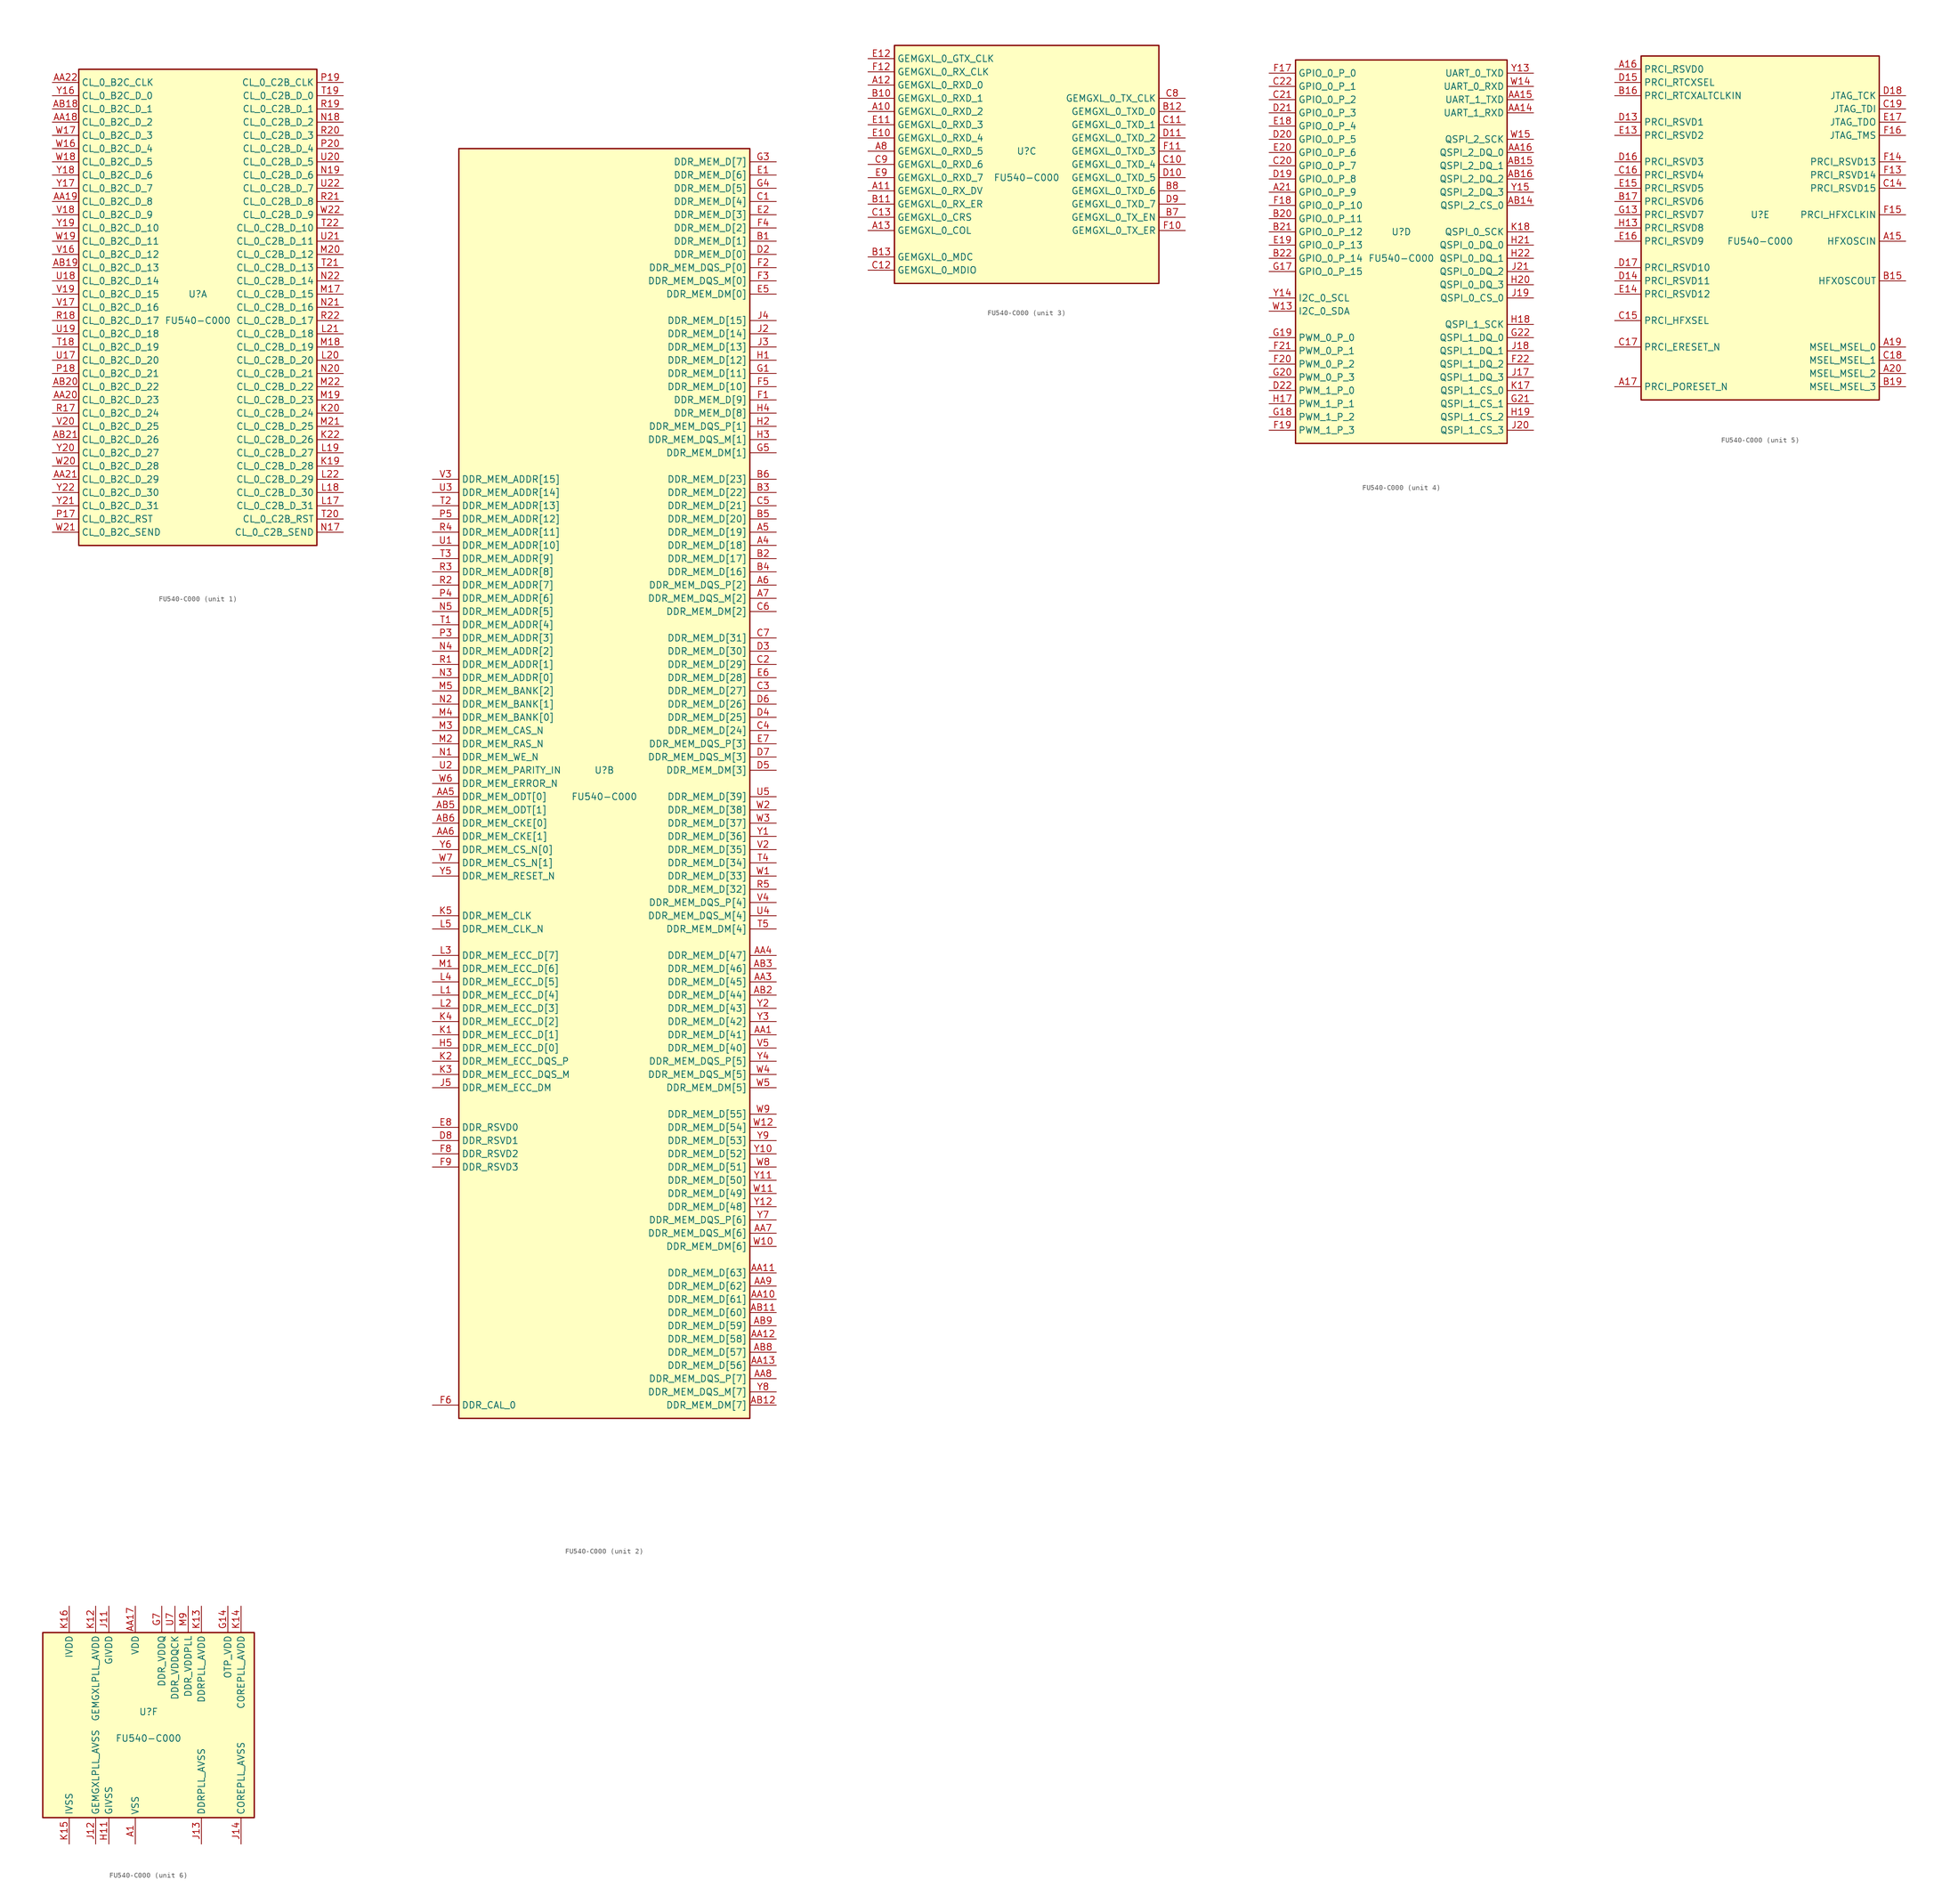
<source format=kicad_sym>
(kicad_symbol_lib
  (version 20201005)
  (generator kicad_symbol_editor)
  (symbol "FU540-C000"
    (property "Reference" "U"
      (at 0 2.54 0)
      (effects (font (size 1.27 1.27))))
    (property "Value" "FU540-C000"
      (at 0 -2.54 0)
      (effects (font (size 1.27 1.27))))
    (property "ki_locked" ""
      (at 0 0 0)
      (effects (font (size 1.27 1.27))))
    (symbol "FU540-C000_1_1"
      (rectangle (start -22.86 -45.72) (end 22.86 45.72) (stroke (width 0.254)) (fill (type background)))
      (pin input line (at -27.94 35.56 0) (length 5.08) (name "CL_0_B2C_D_2" (effects (font (size 1.27 1.27)))) (number "AA18" (effects (font (size 1.27 1.27)))))
      (pin input line (at -27.94 20.32 0) (length 5.08) (name "CL_0_B2C_D_8" (effects (font (size 1.27 1.27)))) (number "AA19" (effects (font (size 1.27 1.27)))))
      (pin input line (at -27.94 -17.78 0) (length 5.08) (name "CL_0_B2C_D_23" (effects (font (size 1.27 1.27)))) (number "AA20" (effects (font (size 1.27 1.27)))))
      (pin input line (at -27.94 -33.02 0) (length 5.08) (name "CL_0_B2C_D_29" (effects (font (size 1.27 1.27)))) (number "AA21" (effects (font (size 1.27 1.27)))))
      (pin input line (at -27.94 43.18 0) (length 5.08) (name "CL_0_B2C_CLK" (effects (font (size 1.27 1.27)))) (number "AA22" (effects (font (size 1.27 1.27)))))
      (pin input line (at -27.94 38.1 0) (length 5.08) (name "CL_0_B2C_D_1" (effects (font (size 1.27 1.27)))) (number "AB18" (effects (font (size 1.27 1.27)))))
      (pin input line (at -27.94 7.62 0) (length 5.08) (name "CL_0_B2C_D_13" (effects (font (size 1.27 1.27)))) (number "AB19" (effects (font (size 1.27 1.27)))))
      (pin input line (at -27.94 -15.24 0) (length 5.08) (name "CL_0_B2C_D_22" (effects (font (size 1.27 1.27)))) (number "AB20" (effects (font (size 1.27 1.27)))))
      (pin input line (at -27.94 -25.4 0) (length 5.08) (name "CL_0_B2C_D_26" (effects (font (size 1.27 1.27)))) (number "AB21" (effects (font (size 1.27 1.27)))))
      (pin output line (at 27.94 -30.48 180) (length 5.08) (name "CL_0_C2B_D_28" (effects (font (size 1.27 1.27)))) (number "K19" (effects (font (size 1.27 1.27)))))
      (pin output line (at 27.94 -20.32 180) (length 5.08) (name "CL_0_C2B_D_24" (effects (font (size 1.27 1.27)))) (number "K20" (effects (font (size 1.27 1.27)))))
      (pin output line (at 27.94 -25.4 180) (length 5.08) (name "CL_0_C2B_D_26" (effects (font (size 1.27 1.27)))) (number "K22" (effects (font (size 1.27 1.27)))))
      (pin output line (at 27.94 -38.1 180) (length 5.08) (name "CL_0_C2B_D_31" (effects (font (size 1.27 1.27)))) (number "L17" (effects (font (size 1.27 1.27)))))
      (pin output line (at 27.94 -35.56 180) (length 5.08) (name "CL_0_C2B_D_30" (effects (font (size 1.27 1.27)))) (number "L18" (effects (font (size 1.27 1.27)))))
      (pin output line (at 27.94 -27.94 180) (length 5.08) (name "CL_0_C2B_D_27" (effects (font (size 1.27 1.27)))) (number "L19" (effects (font (size 1.27 1.27)))))
      (pin output line (at 27.94 -10.16 180) (length 5.08) (name "CL_0_C2B_D_20" (effects (font (size 1.27 1.27)))) (number "L20" (effects (font (size 1.27 1.27)))))
      (pin output line (at 27.94 -5.08 180) (length 5.08) (name "CL_0_C2B_D_18" (effects (font (size 1.27 1.27)))) (number "L21" (effects (font (size 1.27 1.27)))))
      (pin output line (at 27.94 -33.02 180) (length 5.08) (name "CL_0_C2B_D_29" (effects (font (size 1.27 1.27)))) (number "L22" (effects (font (size 1.27 1.27)))))
      (pin output line (at 27.94 2.54 180) (length 5.08) (name "CL_0_C2B_D_15" (effects (font (size 1.27 1.27)))) (number "M17" (effects (font (size 1.27 1.27)))))
      (pin output line (at 27.94 -7.62 180) (length 5.08) (name "CL_0_C2B_D_19" (effects (font (size 1.27 1.27)))) (number "M18" (effects (font (size 1.27 1.27)))))
      (pin output line (at 27.94 -17.78 180) (length 5.08) (name "CL_0_C2B_D_23" (effects (font (size 1.27 1.27)))) (number "M19" (effects (font (size 1.27 1.27)))))
      (pin output line (at 27.94 10.16 180) (length 5.08) (name "CL_0_C2B_D_12" (effects (font (size 1.27 1.27)))) (number "M20" (effects (font (size 1.27 1.27)))))
      (pin output line (at 27.94 -22.86 180) (length 5.08) (name "CL_0_C2B_D_25" (effects (font (size 1.27 1.27)))) (number "M21" (effects (font (size 1.27 1.27)))))
      (pin output line (at 27.94 -15.24 180) (length 5.08) (name "CL_0_C2B_D_22" (effects (font (size 1.27 1.27)))) (number "M22" (effects (font (size 1.27 1.27)))))
      (pin output line (at 27.94 -43.18 180) (length 5.08) (name "CL_0_C2B_SEND" (effects (font (size 1.27 1.27)))) (number "N17" (effects (font (size 1.27 1.27)))))
      (pin output line (at 27.94 35.56 180) (length 5.08) (name "CL_0_C2B_D_2" (effects (font (size 1.27 1.27)))) (number "N18" (effects (font (size 1.27 1.27)))))
      (pin output line (at 27.94 25.4 180) (length 5.08) (name "CL_0_C2B_D_6" (effects (font (size 1.27 1.27)))) (number "N19" (effects (font (size 1.27 1.27)))))
      (pin output line (at 27.94 -12.7 180) (length 5.08) (name "CL_0_C2B_D_21" (effects (font (size 1.27 1.27)))) (number "N20" (effects (font (size 1.27 1.27)))))
      (pin output line (at 27.94 0 180) (length 5.08) (name "CL_0_C2B_D_16" (effects (font (size 1.27 1.27)))) (number "N21" (effects (font (size 1.27 1.27)))))
      (pin output line (at 27.94 5.08 180) (length 5.08) (name "CL_0_C2B_D_14" (effects (font (size 1.27 1.27)))) (number "N22" (effects (font (size 1.27 1.27)))))
      (pin input line (at -27.94 -40.64 0) (length 5.08) (name "CL_0_B2C_RST" (effects (font (size 1.27 1.27)))) (number "P17" (effects (font (size 1.27 1.27)))))
      (pin input line (at -27.94 -12.7 0) (length 5.08) (name "CL_0_B2C_D_21" (effects (font (size 1.27 1.27)))) (number "P18" (effects (font (size 1.27 1.27)))))
      (pin output line (at 27.94 43.18 180) (length 5.08) (name "CL_0_C2B_CLK" (effects (font (size 1.27 1.27)))) (number "P19" (effects (font (size 1.27 1.27)))))
      (pin output line (at 27.94 30.48 180) (length 5.08) (name "CL_0_C2B_D_4" (effects (font (size 1.27 1.27)))) (number "P20" (effects (font (size 1.27 1.27)))))
      (pin input line (at -27.94 -20.32 0) (length 5.08) (name "CL_0_B2C_D_24" (effects (font (size 1.27 1.27)))) (number "R17" (effects (font (size 1.27 1.27)))))
      (pin input line (at -27.94 -2.54 0) (length 5.08) (name "CL_0_B2C_D_17" (effects (font (size 1.27 1.27)))) (number "R18" (effects (font (size 1.27 1.27)))))
      (pin output line (at 27.94 38.1 180) (length 5.08) (name "CL_0_C2B_D_1" (effects (font (size 1.27 1.27)))) (number "R19" (effects (font (size 1.27 1.27)))))
      (pin output line (at 27.94 33.02 180) (length 5.08) (name "CL_0_C2B_D_3" (effects (font (size 1.27 1.27)))) (number "R20" (effects (font (size 1.27 1.27)))))
      (pin output line (at 27.94 20.32 180) (length 5.08) (name "CL_0_C2B_D_8" (effects (font (size 1.27 1.27)))) (number "R21" (effects (font (size 1.27 1.27)))))
      (pin output line (at 27.94 -2.54 180) (length 5.08) (name "CL_0_C2B_D_17" (effects (font (size 1.27 1.27)))) (number "R22" (effects (font (size 1.27 1.27)))))
      (pin input line (at -27.94 -7.62 0) (length 5.08) (name "CL_0_B2C_D_19" (effects (font (size 1.27 1.27)))) (number "T18" (effects (font (size 1.27 1.27)))))
      (pin output line (at 27.94 40.64 180) (length 5.08) (name "CL_0_C2B_D_0" (effects (font (size 1.27 1.27)))) (number "T19" (effects (font (size 1.27 1.27)))))
      (pin output line (at 27.94 -40.64 180) (length 5.08) (name "CL_0_C2B_RST" (effects (font (size 1.27 1.27)))) (number "T20" (effects (font (size 1.27 1.27)))))
      (pin output line (at 27.94 7.62 180) (length 5.08) (name "CL_0_C2B_D_13" (effects (font (size 1.27 1.27)))) (number "T21" (effects (font (size 1.27 1.27)))))
      (pin output line (at 27.94 15.24 180) (length 5.08) (name "CL_0_C2B_D_10" (effects (font (size 1.27 1.27)))) (number "T22" (effects (font (size 1.27 1.27)))))
      (pin input line (at -27.94 -10.16 0) (length 5.08) (name "CL_0_B2C_D_20" (effects (font (size 1.27 1.27)))) (number "U17" (effects (font (size 1.27 1.27)))))
      (pin input line (at -27.94 5.08 0) (length 5.08) (name "CL_0_B2C_D_14" (effects (font (size 1.27 1.27)))) (number "U18" (effects (font (size 1.27 1.27)))))
      (pin input line (at -27.94 -5.08 0) (length 5.08) (name "CL_0_B2C_D_18" (effects (font (size 1.27 1.27)))) (number "U19" (effects (font (size 1.27 1.27)))))
      (pin output line (at 27.94 27.94 180) (length 5.08) (name "CL_0_C2B_D_5" (effects (font (size 1.27 1.27)))) (number "U20" (effects (font (size 1.27 1.27)))))
      (pin output line (at 27.94 12.7 180) (length 5.08) (name "CL_0_C2B_D_11" (effects (font (size 1.27 1.27)))) (number "U21" (effects (font (size 1.27 1.27)))))
      (pin output line (at 27.94 22.86 180) (length 5.08) (name "CL_0_C2B_D_7" (effects (font (size 1.27 1.27)))) (number "U22" (effects (font (size 1.27 1.27)))))
      (pin input line (at -27.94 10.16 0) (length 5.08) (name "CL_0_B2C_D_12" (effects (font (size 1.27 1.27)))) (number "V16" (effects (font (size 1.27 1.27)))))
      (pin input line (at -27.94 0 0) (length 5.08) (name "CL_0_B2C_D_16" (effects (font (size 1.27 1.27)))) (number "V17" (effects (font (size 1.27 1.27)))))
      (pin input line (at -27.94 17.78 0) (length 5.08) (name "CL_0_B2C_D_9" (effects (font (size 1.27 1.27)))) (number "V18" (effects (font (size 1.27 1.27)))))
      (pin input line (at -27.94 2.54 0) (length 5.08) (name "CL_0_B2C_D_15" (effects (font (size 1.27 1.27)))) (number "V19" (effects (font (size 1.27 1.27)))))
      (pin input line (at -27.94 -22.86 0) (length 5.08) (name "CL_0_B2C_D_25" (effects (font (size 1.27 1.27)))) (number "V20" (effects (font (size 1.27 1.27)))))
      (pin input line (at -27.94 30.48 0) (length 5.08) (name "CL_0_B2C_D_4" (effects (font (size 1.27 1.27)))) (number "W16" (effects (font (size 1.27 1.27)))))
      (pin input line (at -27.94 33.02 0) (length 5.08) (name "CL_0_B2C_D_3" (effects (font (size 1.27 1.27)))) (number "W17" (effects (font (size 1.27 1.27)))))
      (pin input line (at -27.94 27.94 0) (length 5.08) (name "CL_0_B2C_D_5" (effects (font (size 1.27 1.27)))) (number "W18" (effects (font (size 1.27 1.27)))))
      (pin input line (at -27.94 12.7 0) (length 5.08) (name "CL_0_B2C_D_11" (effects (font (size 1.27 1.27)))) (number "W19" (effects (font (size 1.27 1.27)))))
      (pin input line (at -27.94 -30.48 0) (length 5.08) (name "CL_0_B2C_D_28" (effects (font (size 1.27 1.27)))) (number "W20" (effects (font (size 1.27 1.27)))))
      (pin input line (at -27.94 -43.18 0) (length 5.08) (name "CL_0_B2C_SEND" (effects (font (size 1.27 1.27)))) (number "W21" (effects (font (size 1.27 1.27)))))
      (pin output line (at 27.94 17.78 180) (length 5.08) (name "CL_0_C2B_D_9" (effects (font (size 1.27 1.27)))) (number "W22" (effects (font (size 1.27 1.27)))))
      (pin input line (at -27.94 40.64 0) (length 5.08) (name "CL_0_B2C_D_0" (effects (font (size 1.27 1.27)))) (number "Y16" (effects (font (size 1.27 1.27)))))
      (pin input line (at -27.94 22.86 0) (length 5.08) (name "CL_0_B2C_D_7" (effects (font (size 1.27 1.27)))) (number "Y17" (effects (font (size 1.27 1.27)))))
      (pin input line (at -27.94 25.4 0) (length 5.08) (name "CL_0_B2C_D_6" (effects (font (size 1.27 1.27)))) (number "Y18" (effects (font (size 1.27 1.27)))))
      (pin input line (at -27.94 15.24 0) (length 5.08) (name "CL_0_B2C_D_10" (effects (font (size 1.27 1.27)))) (number "Y19" (effects (font (size 1.27 1.27)))))
      (pin input line (at -27.94 -27.94 0) (length 5.08) (name "CL_0_B2C_D_27" (effects (font (size 1.27 1.27)))) (number "Y20" (effects (font (size 1.27 1.27)))))
      (pin input line (at -27.94 -38.1 0) (length 5.08) (name "CL_0_B2C_D_31" (effects (font (size 1.27 1.27)))) (number "Y21" (effects (font (size 1.27 1.27)))))
      (pin input line (at -27.94 -35.56 0) (length 5.08) (name "CL_0_B2C_D_30" (effects (font (size 1.27 1.27)))) (number "Y22" (effects (font (size 1.27 1.27))))))
    (symbol "FU540-C000_2_1"
      (rectangle (start -27.94 -121.92) (end 27.94 121.92) (stroke (width 0.254)) (fill (type background)))
      (pin bidirectional line (at 33.02 45.72 180) (length 5.08) (name "DDR_MEM_D[18]" (effects (font (size 1.27 1.27)))) (number "A4" (effects (font (size 1.27 1.27)))))
      (pin bidirectional line (at 33.02 48.26 180) (length 5.08) (name "DDR_MEM_D[19]" (effects (font (size 1.27 1.27)))) (number "A5" (effects (font (size 1.27 1.27)))))
      (pin bidirectional line (at 33.02 38.1 180) (length 5.08) (name "DDR_MEM_DQS_P[2]" (effects (font (size 1.27 1.27)))) (number "A6" (effects (font (size 1.27 1.27)))))
      (pin bidirectional line (at 33.02 35.56 180) (length 5.08) (name "DDR_MEM_DQS_M[2]" (effects (font (size 1.27 1.27)))) (number "A7" (effects (font (size 1.27 1.27)))))
      (pin bidirectional line (at 33.02 -48.26 180) (length 5.08) (name "DDR_MEM_D[41]" (effects (font (size 1.27 1.27)))) (number "AA1" (effects (font (size 1.27 1.27)))))
      (pin bidirectional line (at 33.02 -99.06 180) (length 5.08) (name "DDR_MEM_D[61]" (effects (font (size 1.27 1.27)))) (number "AA10" (effects (font (size 1.27 1.27)))))
      (pin bidirectional line (at 33.02 -93.98 180) (length 5.08) (name "DDR_MEM_D[63]" (effects (font (size 1.27 1.27)))) (number "AA11" (effects (font (size 1.27 1.27)))))
      (pin bidirectional line (at 33.02 -106.68 180) (length 5.08) (name "DDR_MEM_D[58]" (effects (font (size 1.27 1.27)))) (number "AA12" (effects (font (size 1.27 1.27)))))
      (pin bidirectional line (at 33.02 -111.76 180) (length 5.08) (name "DDR_MEM_D[56]" (effects (font (size 1.27 1.27)))) (number "AA13" (effects (font (size 1.27 1.27)))))
      (pin bidirectional line (at 33.02 -38.1 180) (length 5.08) (name "DDR_MEM_D[45]" (effects (font (size 1.27 1.27)))) (number "AA3" (effects (font (size 1.27 1.27)))))
      (pin bidirectional line (at 33.02 -33.02 180) (length 5.08) (name "DDR_MEM_D[47]" (effects (font (size 1.27 1.27)))) (number "AA4" (effects (font (size 1.27 1.27)))))
      (pin output line (at -33.02 -2.54 0) (length 5.08) (name "DDR_MEM_ODT[0]" (effects (font (size 1.27 1.27)))) (number "AA5" (effects (font (size 1.27 1.27)))))
      (pin output line (at -33.02 -10.16 0) (length 5.08) (name "DDR_MEM_CKE[1]" (effects (font (size 1.27 1.27)))) (number "AA6" (effects (font (size 1.27 1.27)))))
      (pin bidirectional line (at 33.02 -86.36 180) (length 5.08) (name "DDR_MEM_DQS_M[6]" (effects (font (size 1.27 1.27)))) (number "AA7" (effects (font (size 1.27 1.27)))))
      (pin bidirectional line (at 33.02 -114.3 180) (length 5.08) (name "DDR_MEM_DQS_P[7]" (effects (font (size 1.27 1.27)))) (number "AA8" (effects (font (size 1.27 1.27)))))
      (pin bidirectional line (at 33.02 -96.52 180) (length 5.08) (name "DDR_MEM_D[62]" (effects (font (size 1.27 1.27)))) (number "AA9" (effects (font (size 1.27 1.27)))))
      (pin bidirectional line (at 33.02 -101.6 180) (length 5.08) (name "DDR_MEM_D[60]" (effects (font (size 1.27 1.27)))) (number "AB11" (effects (font (size 1.27 1.27)))))
      (pin bidirectional line (at 33.02 -119.38 180) (length 5.08) (name "DDR_MEM_DM[7]" (effects (font (size 1.27 1.27)))) (number "AB12" (effects (font (size 1.27 1.27)))))
      (pin bidirectional line (at 33.02 -40.64 180) (length 5.08) (name "DDR_MEM_D[44]" (effects (font (size 1.27 1.27)))) (number "AB2" (effects (font (size 1.27 1.27)))))
      (pin bidirectional line (at 33.02 -35.56 180) (length 5.08) (name "DDR_MEM_D[46]" (effects (font (size 1.27 1.27)))) (number "AB3" (effects (font (size 1.27 1.27)))))
      (pin output line (at -33.02 -5.08 0) (length 5.08) (name "DDR_MEM_ODT[1]" (effects (font (size 1.27 1.27)))) (number "AB5" (effects (font (size 1.27 1.27)))))
      (pin output line (at -33.02 -7.62 0) (length 5.08) (name "DDR_MEM_CKE[0]" (effects (font (size 1.27 1.27)))) (number "AB6" (effects (font (size 1.27 1.27)))))
      (pin bidirectional line (at 33.02 -109.22 180) (length 5.08) (name "DDR_MEM_D[57]" (effects (font (size 1.27 1.27)))) (number "AB8" (effects (font (size 1.27 1.27)))))
      (pin bidirectional line (at 33.02 -104.14 180) (length 5.08) (name "DDR_MEM_D[59]" (effects (font (size 1.27 1.27)))) (number "AB9" (effects (font (size 1.27 1.27)))))
      (pin bidirectional line (at 33.02 104.14 180) (length 5.08) (name "DDR_MEM_D[1]" (effects (font (size 1.27 1.27)))) (number "B1" (effects (font (size 1.27 1.27)))))
      (pin bidirectional line (at 33.02 43.18 180) (length 5.08) (name "DDR_MEM_D[17]" (effects (font (size 1.27 1.27)))) (number "B2" (effects (font (size 1.27 1.27)))))
      (pin bidirectional line (at 33.02 55.88 180) (length 5.08) (name "DDR_MEM_D[22]" (effects (font (size 1.27 1.27)))) (number "B3" (effects (font (size 1.27 1.27)))))
      (pin bidirectional line (at 33.02 40.64 180) (length 5.08) (name "DDR_MEM_D[16]" (effects (font (size 1.27 1.27)))) (number "B4" (effects (font (size 1.27 1.27)))))
      (pin bidirectional line (at 33.02 50.8 180) (length 5.08) (name "DDR_MEM_D[20]" (effects (font (size 1.27 1.27)))) (number "B5" (effects (font (size 1.27 1.27)))))
      (pin bidirectional line (at 33.02 58.42 180) (length 5.08) (name "DDR_MEM_D[23]" (effects (font (size 1.27 1.27)))) (number "B6" (effects (font (size 1.27 1.27)))))
      (pin bidirectional line (at 33.02 111.76 180) (length 5.08) (name "DDR_MEM_D[4]" (effects (font (size 1.27 1.27)))) (number "C1" (effects (font (size 1.27 1.27)))))
      (pin bidirectional line (at 33.02 22.86 180) (length 5.08) (name "DDR_MEM_D[29]" (effects (font (size 1.27 1.27)))) (number "C2" (effects (font (size 1.27 1.27)))))
      (pin bidirectional line (at 33.02 17.78 180) (length 5.08) (name "DDR_MEM_D[27]" (effects (font (size 1.27 1.27)))) (number "C3" (effects (font (size 1.27 1.27)))))
      (pin bidirectional line (at 33.02 10.16 180) (length 5.08) (name "DDR_MEM_D[24]" (effects (font (size 1.27 1.27)))) (number "C4" (effects (font (size 1.27 1.27)))))
      (pin bidirectional line (at 33.02 53.34 180) (length 5.08) (name "DDR_MEM_D[21]" (effects (font (size 1.27 1.27)))) (number "C5" (effects (font (size 1.27 1.27)))))
      (pin bidirectional line (at 33.02 33.02 180) (length 5.08) (name "DDR_MEM_DM[2]" (effects (font (size 1.27 1.27)))) (number "C6" (effects (font (size 1.27 1.27)))))
      (pin bidirectional line (at 33.02 27.94 180) (length 5.08) (name "DDR_MEM_D[31]" (effects (font (size 1.27 1.27)))) (number "C7" (effects (font (size 1.27 1.27)))))
      (pin bidirectional line (at 33.02 101.6 180) (length 5.08) (name "DDR_MEM_D[0]" (effects (font (size 1.27 1.27)))) (number "D2" (effects (font (size 1.27 1.27)))))
      (pin bidirectional line (at 33.02 25.4 180) (length 5.08) (name "DDR_MEM_D[30]" (effects (font (size 1.27 1.27)))) (number "D3" (effects (font (size 1.27 1.27)))))
      (pin bidirectional line (at 33.02 12.7 180) (length 5.08) (name "DDR_MEM_D[25]" (effects (font (size 1.27 1.27)))) (number "D4" (effects (font (size 1.27 1.27)))))
      (pin bidirectional line (at 33.02 2.54 180) (length 5.08) (name "DDR_MEM_DM[3]" (effects (font (size 1.27 1.27)))) (number "D5" (effects (font (size 1.27 1.27)))))
      (pin bidirectional line (at 33.02 15.24 180) (length 5.08) (name "DDR_MEM_D[26]" (effects (font (size 1.27 1.27)))) (number "D6" (effects (font (size 1.27 1.27)))))
      (pin bidirectional line (at 33.02 5.08 180) (length 5.08) (name "DDR_MEM_DQS_M[3]" (effects (font (size 1.27 1.27)))) (number "D7" (effects (font (size 1.27 1.27)))))
      (pin passive line (at -33.02 -68.58 0) (length 5.08) (name "DDR_RSVD1" (effects (font (size 1.27 1.27)))) (number "D8" (effects (font (size 1.27 1.27)))))
      (pin bidirectional line (at 33.02 116.84 180) (length 5.08) (name "DDR_MEM_D[6]" (effects (font (size 1.27 1.27)))) (number "E1" (effects (font (size 1.27 1.27)))))
      (pin bidirectional line (at 33.02 109.22 180) (length 5.08) (name "DDR_MEM_D[3]" (effects (font (size 1.27 1.27)))) (number "E2" (effects (font (size 1.27 1.27)))))
      (pin bidirectional line (at 33.02 93.98 180) (length 5.08) (name "DDR_MEM_DM[0]" (effects (font (size 1.27 1.27)))) (number "E5" (effects (font (size 1.27 1.27)))))
      (pin bidirectional line (at 33.02 20.32 180) (length 5.08) (name "DDR_MEM_D[28]" (effects (font (size 1.27 1.27)))) (number "E6" (effects (font (size 1.27 1.27)))))
      (pin bidirectional line (at 33.02 7.62 180) (length 5.08) (name "DDR_MEM_DQS_P[3]" (effects (font (size 1.27 1.27)))) (number "E7" (effects (font (size 1.27 1.27)))))
      (pin passive line (at -33.02 -66.04 0) (length 5.08) (name "DDR_RSVD0" (effects (font (size 1.27 1.27)))) (number "E8" (effects (font (size 1.27 1.27)))))
      (pin bidirectional line (at 33.02 73.66 180) (length 5.08) (name "DDR_MEM_D[9]" (effects (font (size 1.27 1.27)))) (number "F1" (effects (font (size 1.27 1.27)))))
      (pin bidirectional line (at 33.02 99.06 180) (length 5.08) (name "DDR_MEM_DQS_P[0]" (effects (font (size 1.27 1.27)))) (number "F2" (effects (font (size 1.27 1.27)))))
      (pin bidirectional line (at 33.02 96.52 180) (length 5.08) (name "DDR_MEM_DQS_M[0]" (effects (font (size 1.27 1.27)))) (number "F3" (effects (font (size 1.27 1.27)))))
      (pin bidirectional line (at 33.02 106.68 180) (length 5.08) (name "DDR_MEM_D[2]" (effects (font (size 1.27 1.27)))) (number "F4" (effects (font (size 1.27 1.27)))))
      (pin bidirectional line (at 33.02 76.2 180) (length 5.08) (name "DDR_MEM_D[10]" (effects (font (size 1.27 1.27)))) (number "F5" (effects (font (size 1.27 1.27)))))
      (pin passive line (at -33.02 -119.38 0) (length 5.08) (name "DDR_CAL_0" (effects (font (size 1.27 1.27)))) (number "F6" (effects (font (size 1.27 1.27)))))
      (pin passive line (at -33.02 -71.12 0) (length 5.08) (name "DDR_RSVD2" (effects (font (size 1.27 1.27)))) (number "F8" (effects (font (size 1.27 1.27)))))
      (pin passive line (at -33.02 -73.66 0) (length 5.08) (name "DDR_RSVD3" (effects (font (size 1.27 1.27)))) (number "F9" (effects (font (size 1.27 1.27)))))
      (pin bidirectional line (at 33.02 78.74 180) (length 5.08) (name "DDR_MEM_D[11]" (effects (font (size 1.27 1.27)))) (number "G1" (effects (font (size 1.27 1.27)))))
      (pin bidirectional line (at 33.02 119.38 180) (length 5.08) (name "DDR_MEM_D[7]" (effects (font (size 1.27 1.27)))) (number "G3" (effects (font (size 1.27 1.27)))))
      (pin bidirectional line (at 33.02 114.3 180) (length 5.08) (name "DDR_MEM_D[5]" (effects (font (size 1.27 1.27)))) (number "G4" (effects (font (size 1.27 1.27)))))
      (pin bidirectional line (at 33.02 63.5 180) (length 5.08) (name "DDR_MEM_DM[1]" (effects (font (size 1.27 1.27)))) (number "G5" (effects (font (size 1.27 1.27)))))
      (pin bidirectional line (at 33.02 81.28 180) (length 5.08) (name "DDR_MEM_D[12]" (effects (font (size 1.27 1.27)))) (number "H1" (effects (font (size 1.27 1.27)))))
      (pin bidirectional line (at 33.02 68.58 180) (length 5.08) (name "DDR_MEM_DQS_P[1]" (effects (font (size 1.27 1.27)))) (number "H2" (effects (font (size 1.27 1.27)))))
      (pin bidirectional line (at 33.02 66.04 180) (length 5.08) (name "DDR_MEM_DQS_M[1]" (effects (font (size 1.27 1.27)))) (number "H3" (effects (font (size 1.27 1.27)))))
      (pin bidirectional line (at 33.02 71.12 180) (length 5.08) (name "DDR_MEM_D[8]" (effects (font (size 1.27 1.27)))) (number "H4" (effects (font (size 1.27 1.27)))))
      (pin bidirectional line (at -33.02 -50.8 0) (length 5.08) (name "DDR_MEM_ECC_D[0]" (effects (font (size 1.27 1.27)))) (number "H5" (effects (font (size 1.27 1.27)))))
      (pin bidirectional line (at 33.02 86.36 180) (length 5.08) (name "DDR_MEM_D[14]" (effects (font (size 1.27 1.27)))) (number "J2" (effects (font (size 1.27 1.27)))))
      (pin bidirectional line (at 33.02 83.82 180) (length 5.08) (name "DDR_MEM_D[13]" (effects (font (size 1.27 1.27)))) (number "J3" (effects (font (size 1.27 1.27)))))
      (pin bidirectional line (at 33.02 88.9 180) (length 5.08) (name "DDR_MEM_D[15]" (effects (font (size 1.27 1.27)))) (number "J4" (effects (font (size 1.27 1.27)))))
      (pin bidirectional line (at -33.02 -58.42 0) (length 5.08) (name "DDR_MEM_ECC_DM" (effects (font (size 1.27 1.27)))) (number "J5" (effects (font (size 1.27 1.27)))))
      (pin bidirectional line (at -33.02 -48.26 0) (length 5.08) (name "DDR_MEM_ECC_D[1]" (effects (font (size 1.27 1.27)))) (number "K1" (effects (font (size 1.27 1.27)))))
      (pin bidirectional line (at -33.02 -53.34 0) (length 5.08) (name "DDR_MEM_ECC_DQS_P" (effects (font (size 1.27 1.27)))) (number "K2" (effects (font (size 1.27 1.27)))))
      (pin bidirectional line (at -33.02 -55.88 0) (length 5.08) (name "DDR_MEM_ECC_DQS_M" (effects (font (size 1.27 1.27)))) (number "K3" (effects (font (size 1.27 1.27)))))
      (pin bidirectional line (at -33.02 -45.72 0) (length 5.08) (name "DDR_MEM_ECC_D[2]" (effects (font (size 1.27 1.27)))) (number "K4" (effects (font (size 1.27 1.27)))))
      (pin output line (at -33.02 -25.4 0) (length 5.08) (name "DDR_MEM_CLK" (effects (font (size 1.27 1.27)))) (number "K5" (effects (font (size 1.27 1.27)))))
      (pin bidirectional line (at -33.02 -40.64 0) (length 5.08) (name "DDR_MEM_ECC_D[4]" (effects (font (size 1.27 1.27)))) (number "L1" (effects (font (size 1.27 1.27)))))
      (pin bidirectional line (at -33.02 -43.18 0) (length 5.08) (name "DDR_MEM_ECC_D[3]" (effects (font (size 1.27 1.27)))) (number "L2" (effects (font (size 1.27 1.27)))))
      (pin bidirectional line (at -33.02 -33.02 0) (length 5.08) (name "DDR_MEM_ECC_D[7]" (effects (font (size 1.27 1.27)))) (number "L3" (effects (font (size 1.27 1.27)))))
      (pin bidirectional line (at -33.02 -38.1 0) (length 5.08) (name "DDR_MEM_ECC_D[5]" (effects (font (size 1.27 1.27)))) (number "L4" (effects (font (size 1.27 1.27)))))
      (pin output line (at -33.02 -27.94 0) (length 5.08) (name "DDR_MEM_CLK_N" (effects (font (size 1.27 1.27)))) (number "L5" (effects (font (size 1.27 1.27)))))
      (pin bidirectional line (at -33.02 -35.56 0) (length 5.08) (name "DDR_MEM_ECC_D[6]" (effects (font (size 1.27 1.27)))) (number "M1" (effects (font (size 1.27 1.27)))))
      (pin output line (at -33.02 7.62 0) (length 5.08) (name "DDR_MEM_RAS_N" (effects (font (size 1.27 1.27)))) (number "M2" (effects (font (size 1.27 1.27)))))
      (pin output line (at -33.02 10.16 0) (length 5.08) (name "DDR_MEM_CAS_N" (effects (font (size 1.27 1.27)))) (number "M3" (effects (font (size 1.27 1.27)))))
      (pin output line (at -33.02 12.7 0) (length 5.08) (name "DDR_MEM_BANK[0]" (effects (font (size 1.27 1.27)))) (number "M4" (effects (font (size 1.27 1.27)))))
      (pin output line (at -33.02 17.78 0) (length 5.08) (name "DDR_MEM_BANK[2]" (effects (font (size 1.27 1.27)))) (number "M5" (effects (font (size 1.27 1.27)))))
      (pin output line (at -33.02 5.08 0) (length 5.08) (name "DDR_MEM_WE_N" (effects (font (size 1.27 1.27)))) (number "N1" (effects (font (size 1.27 1.27)))))
      (pin output line (at -33.02 15.24 0) (length 5.08) (name "DDR_MEM_BANK[1]" (effects (font (size 1.27 1.27)))) (number "N2" (effects (font (size 1.27 1.27)))))
      (pin output line (at -33.02 20.32 0) (length 5.08) (name "DDR_MEM_ADDR[0]" (effects (font (size 1.27 1.27)))) (number "N3" (effects (font (size 1.27 1.27)))))
      (pin output line (at -33.02 25.4 0) (length 5.08) (name "DDR_MEM_ADDR[2]" (effects (font (size 1.27 1.27)))) (number "N4" (effects (font (size 1.27 1.27)))))
      (pin output line (at -33.02 33.02 0) (length 5.08) (name "DDR_MEM_ADDR[5]" (effects (font (size 1.27 1.27)))) (number "N5" (effects (font (size 1.27 1.27)))))
      (pin output line (at -33.02 27.94 0) (length 5.08) (name "DDR_MEM_ADDR[3]" (effects (font (size 1.27 1.27)))) (number "P3" (effects (font (size 1.27 1.27)))))
      (pin output line (at -33.02 35.56 0) (length 5.08) (name "DDR_MEM_ADDR[6]" (effects (font (size 1.27 1.27)))) (number "P4" (effects (font (size 1.27 1.27)))))
      (pin output line (at -33.02 50.8 0) (length 5.08) (name "DDR_MEM_ADDR[12]" (effects (font (size 1.27 1.27)))) (number "P5" (effects (font (size 1.27 1.27)))))
      (pin output line (at -33.02 22.86 0) (length 5.08) (name "DDR_MEM_ADDR[1]" (effects (font (size 1.27 1.27)))) (number "R1" (effects (font (size 1.27 1.27)))))
      (pin output line (at -33.02 38.1 0) (length 5.08) (name "DDR_MEM_ADDR[7]" (effects (font (size 1.27 1.27)))) (number "R2" (effects (font (size 1.27 1.27)))))
      (pin output line (at -33.02 40.64 0) (length 5.08) (name "DDR_MEM_ADDR[8]" (effects (font (size 1.27 1.27)))) (number "R3" (effects (font (size 1.27 1.27)))))
      (pin output line (at -33.02 48.26 0) (length 5.08) (name "DDR_MEM_ADDR[11]" (effects (font (size 1.27 1.27)))) (number "R4" (effects (font (size 1.27 1.27)))))
      (pin bidirectional line (at 33.02 -20.32 180) (length 5.08) (name "DDR_MEM_D[32]" (effects (font (size 1.27 1.27)))) (number "R5" (effects (font (size 1.27 1.27)))))
      (pin output line (at -33.02 30.48 0) (length 5.08) (name "DDR_MEM_ADDR[4]" (effects (font (size 1.27 1.27)))) (number "T1" (effects (font (size 1.27 1.27)))))
      (pin output line (at -33.02 53.34 0) (length 5.08) (name "DDR_MEM_ADDR[13]" (effects (font (size 1.27 1.27)))) (number "T2" (effects (font (size 1.27 1.27)))))
      (pin output line (at -33.02 43.18 0) (length 5.08) (name "DDR_MEM_ADDR[9]" (effects (font (size 1.27 1.27)))) (number "T3" (effects (font (size 1.27 1.27)))))
      (pin bidirectional line (at 33.02 -15.24 180) (length 5.08) (name "DDR_MEM_D[34]" (effects (font (size 1.27 1.27)))) (number "T4" (effects (font (size 1.27 1.27)))))
      (pin bidirectional line (at 33.02 -27.94 180) (length 5.08) (name "DDR_MEM_DM[4]" (effects (font (size 1.27 1.27)))) (number "T5" (effects (font (size 1.27 1.27)))))
      (pin output line (at -33.02 45.72 0) (length 5.08) (name "DDR_MEM_ADDR[10]" (effects (font (size 1.27 1.27)))) (number "U1" (effects (font (size 1.27 1.27)))))
      (pin output line (at -33.02 2.54 0) (length 5.08) (name "DDR_MEM_PARITY_IN" (effects (font (size 1.27 1.27)))) (number "U2" (effects (font (size 1.27 1.27)))))
      (pin output line (at -33.02 55.88 0) (length 5.08) (name "DDR_MEM_ADDR[14]" (effects (font (size 1.27 1.27)))) (number "U3" (effects (font (size 1.27 1.27)))))
      (pin bidirectional line (at 33.02 -25.4 180) (length 5.08) (name "DDR_MEM_DQS_M[4]" (effects (font (size 1.27 1.27)))) (number "U4" (effects (font (size 1.27 1.27)))))
      (pin bidirectional line (at 33.02 -2.54 180) (length 5.08) (name "DDR_MEM_D[39]" (effects (font (size 1.27 1.27)))) (number "U5" (effects (font (size 1.27 1.27)))))
      (pin bidirectional line (at 33.02 -12.7 180) (length 5.08) (name "DDR_MEM_D[35]" (effects (font (size 1.27 1.27)))) (number "V2" (effects (font (size 1.27 1.27)))))
      (pin output line (at -33.02 58.42 0) (length 5.08) (name "DDR_MEM_ADDR[15]" (effects (font (size 1.27 1.27)))) (number "V3" (effects (font (size 1.27 1.27)))))
      (pin bidirectional line (at 33.02 -22.86 180) (length 5.08) (name "DDR_MEM_DQS_P[4]" (effects (font (size 1.27 1.27)))) (number "V4" (effects (font (size 1.27 1.27)))))
      (pin bidirectional line (at 33.02 -50.8 180) (length 5.08) (name "DDR_MEM_D[40]" (effects (font (size 1.27 1.27)))) (number "V5" (effects (font (size 1.27 1.27)))))
      (pin bidirectional line (at 33.02 -17.78 180) (length 5.08) (name "DDR_MEM_D[33]" (effects (font (size 1.27 1.27)))) (number "W1" (effects (font (size 1.27 1.27)))))
      (pin bidirectional line (at 33.02 -88.9 180) (length 5.08) (name "DDR_MEM_DM[6]" (effects (font (size 1.27 1.27)))) (number "W10" (effects (font (size 1.27 1.27)))))
      (pin bidirectional line (at 33.02 -78.74 180) (length 5.08) (name "DDR_MEM_D[49]" (effects (font (size 1.27 1.27)))) (number "W11" (effects (font (size 1.27 1.27)))))
      (pin bidirectional line (at 33.02 -66.04 180) (length 5.08) (name "DDR_MEM_D[54]" (effects (font (size 1.27 1.27)))) (number "W12" (effects (font (size 1.27 1.27)))))
      (pin bidirectional line (at 33.02 -5.08 180) (length 5.08) (name "DDR_MEM_D[38]" (effects (font (size 1.27 1.27)))) (number "W2" (effects (font (size 1.27 1.27)))))
      (pin bidirectional line (at 33.02 -7.62 180) (length 5.08) (name "DDR_MEM_D[37]" (effects (font (size 1.27 1.27)))) (number "W3" (effects (font (size 1.27 1.27)))))
      (pin bidirectional line (at 33.02 -55.88 180) (length 5.08) (name "DDR_MEM_DQS_M[5]" (effects (font (size 1.27 1.27)))) (number "W4" (effects (font (size 1.27 1.27)))))
      (pin bidirectional line (at 33.02 -58.42 180) (length 5.08) (name "DDR_MEM_DM[5]" (effects (font (size 1.27 1.27)))) (number "W5" (effects (font (size 1.27 1.27)))))
      (pin input line (at -33.02 0 0) (length 5.08) (name "DDR_MEM_ERROR_N" (effects (font (size 1.27 1.27)))) (number "W6" (effects (font (size 1.27 1.27)))))
      (pin output line (at -33.02 -15.24 0) (length 5.08) (name "DDR_MEM_CS_N[1]" (effects (font (size 1.27 1.27)))) (number "W7" (effects (font (size 1.27 1.27)))))
      (pin bidirectional line (at 33.02 -73.66 180) (length 5.08) (name "DDR_MEM_D[51]" (effects (font (size 1.27 1.27)))) (number "W8" (effects (font (size 1.27 1.27)))))
      (pin bidirectional line (at 33.02 -63.5 180) (length 5.08) (name "DDR_MEM_D[55]" (effects (font (size 1.27 1.27)))) (number "W9" (effects (font (size 1.27 1.27)))))
      (pin bidirectional line (at 33.02 -10.16 180) (length 5.08) (name "DDR_MEM_D[36]" (effects (font (size 1.27 1.27)))) (number "Y1" (effects (font (size 1.27 1.27)))))
      (pin bidirectional line (at 33.02 -71.12 180) (length 5.08) (name "DDR_MEM_D[52]" (effects (font (size 1.27 1.27)))) (number "Y10" (effects (font (size 1.27 1.27)))))
      (pin bidirectional line (at 33.02 -76.2 180) (length 5.08) (name "DDR_MEM_D[50]" (effects (font (size 1.27 1.27)))) (number "Y11" (effects (font (size 1.27 1.27)))))
      (pin bidirectional line (at 33.02 -81.28 180) (length 5.08) (name "DDR_MEM_D[48]" (effects (font (size 1.27 1.27)))) (number "Y12" (effects (font (size 1.27 1.27)))))
      (pin bidirectional line (at 33.02 -43.18 180) (length 5.08) (name "DDR_MEM_D[43]" (effects (font (size 1.27 1.27)))) (number "Y2" (effects (font (size 1.27 1.27)))))
      (pin bidirectional line (at 33.02 -45.72 180) (length 5.08) (name "DDR_MEM_D[42]" (effects (font (size 1.27 1.27)))) (number "Y3" (effects (font (size 1.27 1.27)))))
      (pin bidirectional line (at 33.02 -53.34 180) (length 5.08) (name "DDR_MEM_DQS_P[5]" (effects (font (size 1.27 1.27)))) (number "Y4" (effects (font (size 1.27 1.27)))))
      (pin output line (at -33.02 -17.78 0) (length 5.08) (name "DDR_MEM_RESET_N" (effects (font (size 1.27 1.27)))) (number "Y5" (effects (font (size 1.27 1.27)))))
      (pin output line (at -33.02 -12.7 0) (length 5.08) (name "DDR_MEM_CS_N[0]" (effects (font (size 1.27 1.27)))) (number "Y6" (effects (font (size 1.27 1.27)))))
      (pin bidirectional line (at 33.02 -83.82 180) (length 5.08) (name "DDR_MEM_DQS_P[6]" (effects (font (size 1.27 1.27)))) (number "Y7" (effects (font (size 1.27 1.27)))))
      (pin bidirectional line (at 33.02 -116.84 180) (length 5.08) (name "DDR_MEM_DQS_M[7]" (effects (font (size 1.27 1.27)))) (number "Y8" (effects (font (size 1.27 1.27)))))
      (pin bidirectional line (at 33.02 -68.58 180) (length 5.08) (name "DDR_MEM_D[53]" (effects (font (size 1.27 1.27)))) (number "Y9" (effects (font (size 1.27 1.27))))))
    (symbol "FU540-C000_3_1"
      (rectangle (start -25.4 -22.86) (end 25.4 22.86) (stroke (width 0.254)) (fill (type background)))
      (pin input line (at -30.48 10.16 0) (length 5.08) (name "GEMGXL_0_RXD_2" (effects (font (size 1.27 1.27)))) (number "A10" (effects (font (size 1.27 1.27)))))
      (pin input line (at -30.48 -5.08 0) (length 5.08) (name "GEMGXL_0_RX_DV" (effects (font (size 1.27 1.27)))) (number "A11" (effects (font (size 1.27 1.27)))))
      (pin input line (at -30.48 15.24 0) (length 5.08) (name "GEMGXL_0_RXD_0" (effects (font (size 1.27 1.27)))) (number "A12" (effects (font (size 1.27 1.27)))))
      (pin input line (at -30.48 -12.7 0) (length 5.08) (name "GEMGXL_0_COL" (effects (font (size 1.27 1.27)))) (number "A13" (effects (font (size 1.27 1.27)))))
      (pin input line (at -30.48 2.54 0) (length 5.08) (name "GEMGXL_0_RXD_5" (effects (font (size 1.27 1.27)))) (number "A8" (effects (font (size 1.27 1.27)))))
      (pin input line (at -30.48 12.7 0) (length 5.08) (name "GEMGXL_0_RXD_1" (effects (font (size 1.27 1.27)))) (number "B10" (effects (font (size 1.27 1.27)))))
      (pin input line (at -30.48 -7.62 0) (length 5.08) (name "GEMGXL_0_RX_ER" (effects (font (size 1.27 1.27)))) (number "B11" (effects (font (size 1.27 1.27)))))
      (pin output line (at 30.48 10.16 180) (length 5.08) (name "GEMGXL_0_TXD_0" (effects (font (size 1.27 1.27)))) (number "B12" (effects (font (size 1.27 1.27)))))
      (pin output line (at -30.48 -17.78 0) (length 5.08) (name "GEMGXL_0_MDC" (effects (font (size 1.27 1.27)))) (number "B13" (effects (font (size 1.27 1.27)))))
      (pin output line (at 30.48 -10.16 180) (length 5.08) (name "GEMGXL_0_TX_EN" (effects (font (size 1.27 1.27)))) (number "B7" (effects (font (size 1.27 1.27)))))
      (pin output line (at 30.48 -5.08 180) (length 5.08) (name "GEMGXL_0_TXD_6" (effects (font (size 1.27 1.27)))) (number "B8" (effects (font (size 1.27 1.27)))))
      (pin output line (at 30.48 0 180) (length 5.08) (name "GEMGXL_0_TXD_4" (effects (font (size 1.27 1.27)))) (number "C10" (effects (font (size 1.27 1.27)))))
      (pin output line (at 30.48 7.62 180) (length 5.08) (name "GEMGXL_0_TXD_1" (effects (font (size 1.27 1.27)))) (number "C11" (effects (font (size 1.27 1.27)))))
      (pin bidirectional line (at -30.48 -20.32 0) (length 5.08) (name "GEMGXL_0_MDIO" (effects (font (size 1.27 1.27)))) (number "C12" (effects (font (size 1.27 1.27)))))
      (pin input line (at -30.48 -10.16 0) (length 5.08) (name "GEMGXL_0_CRS" (effects (font (size 1.27 1.27)))) (number "C13" (effects (font (size 1.27 1.27)))))
      (pin input line (at 30.48 12.7 180) (length 5.08) (name "GEMGXL_0_TX_CLK" (effects (font (size 1.27 1.27)))) (number "C8" (effects (font (size 1.27 1.27)))))
      (pin input line (at -30.48 0 0) (length 5.08) (name "GEMGXL_0_RXD_6" (effects (font (size 1.27 1.27)))) (number "C9" (effects (font (size 1.27 1.27)))))
      (pin output line (at 30.48 -2.54 180) (length 5.08) (name "GEMGXL_0_TXD_5" (effects (font (size 1.27 1.27)))) (number "D10" (effects (font (size 1.27 1.27)))))
      (pin output line (at 30.48 5.08 180) (length 5.08) (name "GEMGXL_0_TXD_2" (effects (font (size 1.27 1.27)))) (number "D11" (effects (font (size 1.27 1.27)))))
      (pin output line (at 30.48 -7.62 180) (length 5.08) (name "GEMGXL_0_TXD_7" (effects (font (size 1.27 1.27)))) (number "D9" (effects (font (size 1.27 1.27)))))
      (pin input line (at -30.48 5.08 0) (length 5.08) (name "GEMGXL_0_RXD_4" (effects (font (size 1.27 1.27)))) (number "E10" (effects (font (size 1.27 1.27)))))
      (pin input line (at -30.48 7.62 0) (length 5.08) (name "GEMGXL_0_RXD_3" (effects (font (size 1.27 1.27)))) (number "E11" (effects (font (size 1.27 1.27)))))
      (pin input line (at -30.48 20.32 0) (length 5.08) (name "GEMGXL_0_GTX_CLK" (effects (font (size 1.27 1.27)))) (number "E12" (effects (font (size 1.27 1.27)))))
      (pin input line (at -30.48 -2.54 0) (length 5.08) (name "GEMGXL_0_RXD_7" (effects (font (size 1.27 1.27)))) (number "E9" (effects (font (size 1.27 1.27)))))
      (pin output line (at 30.48 -12.7 180) (length 5.08) (name "GEMGXL_0_TX_ER" (effects (font (size 1.27 1.27)))) (number "F10" (effects (font (size 1.27 1.27)))))
      (pin output line (at 30.48 2.54 180) (length 5.08) (name "GEMGXL_0_TXD_3" (effects (font (size 1.27 1.27)))) (number "F11" (effects (font (size 1.27 1.27)))))
      (pin input line (at -30.48 17.78 0) (length 5.08) (name "GEMGXL_0_RX_CLK" (effects (font (size 1.27 1.27)))) (number "F12" (effects (font (size 1.27 1.27))))))
    (symbol "FU540-C000_4_1"
      (rectangle (start -20.32 -38.1) (end 20.32 35.56) (stroke (width 0.254)) (fill (type background)))
      (pin bidirectional line (at -25.4 10.16 0) (length 5.08) (name "GPIO_0_P_9" (effects (font (size 1.27 1.27)))) (number "A21" (effects (font (size 1.27 1.27)))))
      (pin input line (at 25.4 25.4 180) (length 5.08) (name "UART_1_RXD" (effects (font (size 1.27 1.27)))) (number "AA14" (effects (font (size 1.27 1.27)))))
      (pin output line (at 25.4 27.94 180) (length 5.08) (name "UART_1_TXD" (effects (font (size 1.27 1.27)))) (number "AA15" (effects (font (size 1.27 1.27)))))
      (pin bidirectional line (at 25.4 17.78 180) (length 5.08) (name "QSPI_2_DQ_0" (effects (font (size 1.27 1.27)))) (number "AA16" (effects (font (size 1.27 1.27)))))
      (pin output line (at 25.4 7.62 180) (length 5.08) (name "QSPI_2_CS_0" (effects (font (size 1.27 1.27)))) (number "AB14" (effects (font (size 1.27 1.27)))))
      (pin bidirectional line (at 25.4 15.24 180) (length 5.08) (name "QSPI_2_DQ_1" (effects (font (size 1.27 1.27)))) (number "AB15" (effects (font (size 1.27 1.27)))))
      (pin bidirectional line (at 25.4 12.7 180) (length 5.08) (name "QSPI_2_DQ_2" (effects (font (size 1.27 1.27)))) (number "AB16" (effects (font (size 1.27 1.27)))))
      (pin bidirectional line (at -25.4 5.08 0) (length 5.08) (name "GPIO_0_P_11" (effects (font (size 1.27 1.27)))) (number "B20" (effects (font (size 1.27 1.27)))))
      (pin bidirectional line (at -25.4 2.54 0) (length 5.08) (name "GPIO_0_P_12" (effects (font (size 1.27 1.27)))) (number "B21" (effects (font (size 1.27 1.27)))))
      (pin bidirectional line (at -25.4 -2.54 0) (length 5.08) (name "GPIO_0_P_14" (effects (font (size 1.27 1.27)))) (number "B22" (effects (font (size 1.27 1.27)))))
      (pin bidirectional line (at -25.4 15.24 0) (length 5.08) (name "GPIO_0_P_7" (effects (font (size 1.27 1.27)))) (number "C20" (effects (font (size 1.27 1.27)))))
      (pin bidirectional line (at -25.4 27.94 0) (length 5.08) (name "GPIO_0_P_2" (effects (font (size 1.27 1.27)))) (number "C21" (effects (font (size 1.27 1.27)))))
      (pin bidirectional line (at -25.4 30.48 0) (length 5.08) (name "GPIO_0_P_1" (effects (font (size 1.27 1.27)))) (number "C22" (effects (font (size 1.27 1.27)))))
      (pin bidirectional line (at -25.4 12.7 0) (length 5.08) (name "GPIO_0_P_8" (effects (font (size 1.27 1.27)))) (number "D19" (effects (font (size 1.27 1.27)))))
      (pin bidirectional line (at -25.4 20.32 0) (length 5.08) (name "GPIO_0_P_5" (effects (font (size 1.27 1.27)))) (number "D20" (effects (font (size 1.27 1.27)))))
      (pin bidirectional line (at -25.4 25.4 0) (length 5.08) (name "GPIO_0_P_3" (effects (font (size 1.27 1.27)))) (number "D21" (effects (font (size 1.27 1.27)))))
      (pin bidirectional line (at -25.4 -27.94 0) (length 5.08) (name "PWM_1_P_0" (effects (font (size 1.27 1.27)))) (number "D22" (effects (font (size 1.27 1.27)))))
      (pin bidirectional line (at -25.4 22.86 0) (length 5.08) (name "GPIO_0_P_4" (effects (font (size 1.27 1.27)))) (number "E18" (effects (font (size 1.27 1.27)))))
      (pin bidirectional line (at -25.4 0 0) (length 5.08) (name "GPIO_0_P_13" (effects (font (size 1.27 1.27)))) (number "E19" (effects (font (size 1.27 1.27)))))
      (pin bidirectional line (at -25.4 17.78 0) (length 5.08) (name "GPIO_0_P_6" (effects (font (size 1.27 1.27)))) (number "E20" (effects (font (size 1.27 1.27)))))
      (pin bidirectional line (at -25.4 33.02 0) (length 5.08) (name "GPIO_0_P_0" (effects (font (size 1.27 1.27)))) (number "F17" (effects (font (size 1.27 1.27)))))
      (pin bidirectional line (at -25.4 7.62 0) (length 5.08) (name "GPIO_0_P_10" (effects (font (size 1.27 1.27)))) (number "F18" (effects (font (size 1.27 1.27)))))
      (pin bidirectional line (at -25.4 -35.56 0) (length 5.08) (name "PWM_1_P_3" (effects (font (size 1.27 1.27)))) (number "F19" (effects (font (size 1.27 1.27)))))
      (pin bidirectional line (at -25.4 -22.86 0) (length 5.08) (name "PWM_0_P_2" (effects (font (size 1.27 1.27)))) (number "F20" (effects (font (size 1.27 1.27)))))
      (pin bidirectional line (at -25.4 -20.32 0) (length 5.08) (name "PWM_0_P_1" (effects (font (size 1.27 1.27)))) (number "F21" (effects (font (size 1.27 1.27)))))
      (pin bidirectional line (at 25.4 -22.86 180) (length 5.08) (name "QSPI_1_DQ_2" (effects (font (size 1.27 1.27)))) (number "F22" (effects (font (size 1.27 1.27)))))
      (pin bidirectional line (at -25.4 -5.08 0) (length 5.08) (name "GPIO_0_P_15" (effects (font (size 1.27 1.27)))) (number "G17" (effects (font (size 1.27 1.27)))))
      (pin bidirectional line (at -25.4 -33.02 0) (length 5.08) (name "PWM_1_P_2" (effects (font (size 1.27 1.27)))) (number "G18" (effects (font (size 1.27 1.27)))))
      (pin bidirectional line (at -25.4 -17.78 0) (length 5.08) (name "PWM_0_P_0" (effects (font (size 1.27 1.27)))) (number "G19" (effects (font (size 1.27 1.27)))))
      (pin bidirectional line (at -25.4 -25.4 0) (length 5.08) (name "PWM_0_P_3" (effects (font (size 1.27 1.27)))) (number "G20" (effects (font (size 1.27 1.27)))))
      (pin output line (at 25.4 -30.48 180) (length 5.08) (name "QSPI_1_CS_1" (effects (font (size 1.27 1.27)))) (number "G21" (effects (font (size 1.27 1.27)))))
      (pin bidirectional line (at 25.4 -17.78 180) (length 5.08) (name "QSPI_1_DQ_0" (effects (font (size 1.27 1.27)))) (number "G22" (effects (font (size 1.27 1.27)))))
      (pin bidirectional line (at -25.4 -30.48 0) (length 5.08) (name "PWM_1_P_1" (effects (font (size 1.27 1.27)))) (number "H17" (effects (font (size 1.27 1.27)))))
      (pin output line (at 25.4 -15.24 180) (length 5.08) (name "QSPI_1_SCK" (effects (font (size 1.27 1.27)))) (number "H18" (effects (font (size 1.27 1.27)))))
      (pin output line (at 25.4 -33.02 180) (length 5.08) (name "QSPI_1_CS_2" (effects (font (size 1.27 1.27)))) (number "H19" (effects (font (size 1.27 1.27)))))
      (pin bidirectional line (at 25.4 -7.62 180) (length 5.08) (name "QSPI_0_DQ_3" (effects (font (size 1.27 1.27)))) (number "H20" (effects (font (size 1.27 1.27)))))
      (pin bidirectional line (at 25.4 0 180) (length 5.08) (name "QSPI_0_DQ_0" (effects (font (size 1.27 1.27)))) (number "H21" (effects (font (size 1.27 1.27)))))
      (pin bidirectional line (at 25.4 -2.54 180) (length 5.08) (name "QSPI_0_DQ_1" (effects (font (size 1.27 1.27)))) (number "H22" (effects (font (size 1.27 1.27)))))
      (pin bidirectional line (at 25.4 -25.4 180) (length 5.08) (name "QSPI_1_DQ_3" (effects (font (size 1.27 1.27)))) (number "J17" (effects (font (size 1.27 1.27)))))
      (pin bidirectional line (at 25.4 -20.32 180) (length 5.08) (name "QSPI_1_DQ_1" (effects (font (size 1.27 1.27)))) (number "J18" (effects (font (size 1.27 1.27)))))
      (pin output line (at 25.4 -10.16 180) (length 5.08) (name "QSPI_0_CS_0" (effects (font (size 1.27 1.27)))) (number "J19" (effects (font (size 1.27 1.27)))))
      (pin output line (at 25.4 -35.56 180) (length 5.08) (name "QSPI_1_CS_3" (effects (font (size 1.27 1.27)))) (number "J20" (effects (font (size 1.27 1.27)))))
      (pin bidirectional line (at 25.4 -5.08 180) (length 5.08) (name "QSPI_0_DQ_2" (effects (font (size 1.27 1.27)))) (number "J21" (effects (font (size 1.27 1.27)))))
      (pin output line (at 25.4 -27.94 180) (length 5.08) (name "QSPI_1_CS_0" (effects (font (size 1.27 1.27)))) (number "K17" (effects (font (size 1.27 1.27)))))
      (pin output line (at 25.4 2.54 180) (length 5.08) (name "QSPI_0_SCK" (effects (font (size 1.27 1.27)))) (number "K18" (effects (font (size 1.27 1.27)))))
      (pin bidirectional line (at -25.4 -12.7 0) (length 5.08) (name "I2C_0_SDA" (effects (font (size 1.27 1.27)))) (number "W13" (effects (font (size 1.27 1.27)))))
      (pin input line (at 25.4 30.48 180) (length 5.08) (name "UART_0_RXD" (effects (font (size 1.27 1.27)))) (number "W14" (effects (font (size 1.27 1.27)))))
      (pin output line (at 25.4 20.32 180) (length 5.08) (name "QSPI_2_SCK" (effects (font (size 1.27 1.27)))) (number "W15" (effects (font (size 1.27 1.27)))))
      (pin output line (at 25.4 33.02 180) (length 5.08) (name "UART_0_TXD" (effects (font (size 1.27 1.27)))) (number "Y13" (effects (font (size 1.27 1.27)))))
      (pin bidirectional line (at -25.4 -10.16 0) (length 5.08) (name "I2C_0_SCL" (effects (font (size 1.27 1.27)))) (number "Y14" (effects (font (size 1.27 1.27)))))
      (pin bidirectional line (at 25.4 10.16 180) (length 5.08) (name "QSPI_2_DQ_3" (effects (font (size 1.27 1.27)))) (number "Y15" (effects (font (size 1.27 1.27))))))
    (symbol "FU540-C000_5_1"
      (rectangle (start -22.86 -33.02) (end 22.86 33.02) (stroke (width 0.254)) (fill (type background)))
      (pin passive line (at 27.94 -2.54 180) (length 5.08) (name "HFXOSCIN" (effects (font (size 1.27 1.27)))) (number "A15" (effects (font (size 1.27 1.27)))))
      (pin passive line (at -27.94 30.48 0) (length 5.08) (name "PRCI_RSVD0" (effects (font (size 1.27 1.27)))) (number "A16" (effects (font (size 1.27 1.27)))))
      (pin input line (at -27.94 -30.48 0) (length 5.08) (name "PRCI_PORESET_N" (effects (font (size 1.27 1.27)))) (number "A17" (effects (font (size 1.27 1.27)))))
      (pin input line (at 27.94 -22.86 180) (length 5.08) (name "MSEL_MSEL_0" (effects (font (size 1.27 1.27)))) (number "A19" (effects (font (size 1.27 1.27)))))
      (pin input line (at 27.94 -27.94 180) (length 5.08) (name "MSEL_MSEL_2" (effects (font (size 1.27 1.27)))) (number "A20" (effects (font (size 1.27 1.27)))))
      (pin passive line (at 27.94 -10.16 180) (length 5.08) (name "HFXOSCOUT" (effects (font (size 1.27 1.27)))) (number "B15" (effects (font (size 1.27 1.27)))))
      (pin passive line (at -27.94 25.4 0) (length 5.08) (name "PRCI_RTCXALTCLKIN" (effects (font (size 1.27 1.27)))) (number "B16" (effects (font (size 1.27 1.27)))))
      (pin passive line (at -27.94 5.08 0) (length 5.08) (name "PRCI_RSVD6" (effects (font (size 1.27 1.27)))) (number "B17" (effects (font (size 1.27 1.27)))))
      (pin input line (at 27.94 -30.48 180) (length 5.08) (name "MSEL_MSEL_3" (effects (font (size 1.27 1.27)))) (number "B19" (effects (font (size 1.27 1.27)))))
      (pin passive line (at 27.94 7.62 180) (length 5.08) (name "PRCI_RSVD15" (effects (font (size 1.27 1.27)))) (number "C14" (effects (font (size 1.27 1.27)))))
      (pin input line (at -27.94 -17.78 0) (length 5.08) (name "PRCI_HFXSEL" (effects (font (size 1.27 1.27)))) (number "C15" (effects (font (size 1.27 1.27)))))
      (pin passive line (at -27.94 10.16 0) (length 5.08) (name "PRCI_RSVD4" (effects (font (size 1.27 1.27)))) (number "C16" (effects (font (size 1.27 1.27)))))
      (pin input line (at -27.94 -22.86 0) (length 5.08) (name "PRCI_ERESET_N" (effects (font (size 1.27 1.27)))) (number "C17" (effects (font (size 1.27 1.27)))))
      (pin input line (at 27.94 -25.4 180) (length 5.08) (name "MSEL_MSEL_1" (effects (font (size 1.27 1.27)))) (number "C18" (effects (font (size 1.27 1.27)))))
      (pin input line (at 27.94 22.86 180) (length 5.08) (name "JTAG_TDI" (effects (font (size 1.27 1.27)))) (number "C19" (effects (font (size 1.27 1.27)))))
      (pin passive line (at -27.94 20.32 0) (length 5.08) (name "PRCI_RSVD1" (effects (font (size 1.27 1.27)))) (number "D13" (effects (font (size 1.27 1.27)))))
      (pin passive line (at -27.94 -10.16 0) (length 5.08) (name "PRCI_RSVD11" (effects (font (size 1.27 1.27)))) (number "D14" (effects (font (size 1.27 1.27)))))
      (pin input line (at -27.94 27.94 0) (length 5.08) (name "PRCI_RTCXSEL" (effects (font (size 1.27 1.27)))) (number "D15" (effects (font (size 1.27 1.27)))))
      (pin passive line (at -27.94 12.7 0) (length 5.08) (name "PRCI_RSVD3" (effects (font (size 1.27 1.27)))) (number "D16" (effects (font (size 1.27 1.27)))))
      (pin passive line (at -27.94 -7.62 0) (length 5.08) (name "PRCI_RSVD10" (effects (font (size 1.27 1.27)))) (number "D17" (effects (font (size 1.27 1.27)))))
      (pin input line (at 27.94 25.4 180) (length 5.08) (name "JTAG_TCK" (effects (font (size 1.27 1.27)))) (number "D18" (effects (font (size 1.27 1.27)))))
      (pin passive line (at -27.94 17.78 0) (length 5.08) (name "PRCI_RSVD2" (effects (font (size 1.27 1.27)))) (number "E13" (effects (font (size 1.27 1.27)))))
      (pin passive line (at -27.94 -12.7 0) (length 5.08) (name "PRCI_RSVD12" (effects (font (size 1.27 1.27)))) (number "E14" (effects (font (size 1.27 1.27)))))
      (pin passive line (at -27.94 7.62 0) (length 5.08) (name "PRCI_RSVD5" (effects (font (size 1.27 1.27)))) (number "E15" (effects (font (size 1.27 1.27)))))
      (pin passive line (at -27.94 -2.54 0) (length 5.08) (name "PRCI_RSVD9" (effects (font (size 1.27 1.27)))) (number "E16" (effects (font (size 1.27 1.27)))))
      (pin output line (at 27.94 20.32 180) (length 5.08) (name "JTAG_TDO" (effects (font (size 1.27 1.27)))) (number "E17" (effects (font (size 1.27 1.27)))))
      (pin passive line (at 27.94 10.16 180) (length 5.08) (name "PRCI_RSVD14" (effects (font (size 1.27 1.27)))) (number "F13" (effects (font (size 1.27 1.27)))))
      (pin passive line (at 27.94 12.7 180) (length 5.08) (name "PRCI_RSVD13" (effects (font (size 1.27 1.27)))) (number "F14" (effects (font (size 1.27 1.27)))))
      (pin input line (at 27.94 2.54 180) (length 5.08) (name "PRCI_HFXCLKIN" (effects (font (size 1.27 1.27)))) (number "F15" (effects (font (size 1.27 1.27)))))
      (pin input line (at 27.94 17.78 180) (length 5.08) (name "JTAG_TMS" (effects (font (size 1.27 1.27)))) (number "F16" (effects (font (size 1.27 1.27)))))
      (pin passive line (at -27.94 2.54 0) (length 5.08) (name "PRCI_RSVD7" (effects (font (size 1.27 1.27)))) (number "G13" (effects (font (size 1.27 1.27)))))
      (pin passive line (at -27.94 0 0) (length 5.08) (name "PRCI_RSVD8" (effects (font (size 1.27 1.27)))) (number "H13" (effects (font (size 1.27 1.27))))))
    (symbol "FU540-C000_6_1"
      (rectangle (start -20.32 -17.78) (end 20.32 17.78) (stroke (width 0.254)) (fill (type background)))
      (pin power_in line (at -2.54 -22.86 90) (length 5.08) (name "VSS" (effects (font (size 1.27 1.27)))) (number "A1" (effects (font (size 1.27 1.27)))))
      (pin passive line (at -2.54 -22.86 90) (length 5.08) hide (name "VSS" (effects (font (size 1.27 1.27)))) (number "A14" (effects (font (size 1.27 1.27)))))
      (pin passive line (at -2.54 -22.86 90) (length 5.08) hide (name "VSS" (effects (font (size 1.27 1.27)))) (number "A18" (effects (font (size 1.27 1.27)))))
      (pin passive line (at -2.54 -22.86 90) (length 5.08) hide (name "VSS" (effects (font (size 1.27 1.27)))) (number "A2" (effects (font (size 1.27 1.27)))))
      (pin passive line (at -2.54 -22.86 90) (length 5.08) hide (name "VSS" (effects (font (size 1.27 1.27)))) (number "A22" (effects (font (size 1.27 1.27)))))
      (pin passive line (at -2.54 -22.86 90) (length 5.08) hide (name "VSS" (effects (font (size 1.27 1.27)))) (number "A3" (effects (font (size 1.27 1.27)))))
      (pin passive line (at -2.54 -22.86 90) (length 5.08) hide (name "VSS" (effects (font (size 1.27 1.27)))) (number "A9" (effects (font (size 1.27 1.27)))))
      (pin power_in line (at -2.54 22.86 270) (length 5.08) (name "VDD" (effects (font (size 1.27 1.27)))) (number "AA17" (effects (font (size 1.27 1.27)))))
      (pin passive line (at -2.54 -22.86 90) (length 5.08) hide (name "VSS" (effects (font (size 1.27 1.27)))) (number "AA2" (effects (font (size 1.27 1.27)))))
      (pin passive line (at -2.54 -22.86 90) (length 5.08) hide (name "VSS" (effects (font (size 1.27 1.27)))) (number "AB1" (effects (font (size 1.27 1.27)))))
      (pin passive line (at -2.54 -22.86 90) (length 5.08) hide (name "VSS" (effects (font (size 1.27 1.27)))) (number "AB10" (effects (font (size 1.27 1.27)))))
      (pin passive line (at -2.54 -22.86 90) (length 5.08) hide (name "VSS" (effects (font (size 1.27 1.27)))) (number "AB13" (effects (font (size 1.27 1.27)))))
      (pin passive line (at -2.54 -22.86 90) (length 5.08) hide (name "VSS" (effects (font (size 1.27 1.27)))) (number "AB17" (effects (font (size 1.27 1.27)))))
      (pin passive line (at -2.54 -22.86 90) (length 5.08) hide (name "VSS" (effects (font (size 1.27 1.27)))) (number "AB22" (effects (font (size 1.27 1.27)))))
      (pin passive line (at -2.54 -22.86 90) (length 5.08) hide (name "VSS" (effects (font (size 1.27 1.27)))) (number "AB4" (effects (font (size 1.27 1.27)))))
      (pin passive line (at -2.54 -22.86 90) (length 5.08) hide (name "VSS" (effects (font (size 1.27 1.27)))) (number "AB7" (effects (font (size 1.27 1.27)))))
      (pin passive line (at -2.54 22.86 270) (length 5.08) hide (name "VDD" (effects (font (size 1.27 1.27)))) (number "B14" (effects (font (size 1.27 1.27)))))
      (pin passive line (at -2.54 22.86 270) (length 5.08) hide (name "VDD" (effects (font (size 1.27 1.27)))) (number "B18" (effects (font (size 1.27 1.27)))))
      (pin passive line (at -2.54 22.86 270) (length 5.08) hide (name "VDD" (effects (font (size 1.27 1.27)))) (number "B9" (effects (font (size 1.27 1.27)))))
      (pin passive line (at -2.54 -22.86 90) (length 5.08) hide (name "VSS" (effects (font (size 1.27 1.27)))) (number "D1" (effects (font (size 1.27 1.27)))))
      (pin passive line (at -2.54 -22.86 90) (length 5.08) hide (name "VSS" (effects (font (size 1.27 1.27)))) (number "D12" (effects (font (size 1.27 1.27)))))
      (pin passive line (at -2.54 22.86 270) (length 5.08) hide (name "VDD" (effects (font (size 1.27 1.27)))) (number "E21" (effects (font (size 1.27 1.27)))))
      (pin passive line (at -2.54 -22.86 90) (length 5.08) hide (name "VSS" (effects (font (size 1.27 1.27)))) (number "E22" (effects (font (size 1.27 1.27)))))
      (pin passive line (at -2.54 22.86 270) (length 5.08) hide (name "VDD" (effects (font (size 1.27 1.27)))) (number "E3" (effects (font (size 1.27 1.27)))))
      (pin passive line (at -2.54 -22.86 90) (length 5.08) hide (name "VSS" (effects (font (size 1.27 1.27)))) (number "E4" (effects (font (size 1.27 1.27)))))
      (pin passive line (at -2.54 -22.86 90) (length 5.08) hide (name "VSS" (effects (font (size 1.27 1.27)))) (number "F7" (effects (font (size 1.27 1.27)))))
      (pin passive line (at -2.54 -22.86 90) (length 5.08) hide (name "VSS" (effects (font (size 1.27 1.27)))) (number "G10" (effects (font (size 1.27 1.27)))))
      (pin passive line (at -2.54 22.86 270) (length 5.08) hide (name "VDD" (effects (font (size 1.27 1.27)))) (number "G11" (effects (font (size 1.27 1.27)))))
      (pin passive line (at -2.54 -22.86 90) (length 5.08) hide (name "VSS" (effects (font (size 1.27 1.27)))) (number "G12" (effects (font (size 1.27 1.27)))))
      (pin power_in line (at 15.24 22.86 270) (length 5.08) (name "OTP_VDD" (effects (font (size 1.27 1.27)))) (number "G14" (effects (font (size 1.27 1.27)))))
      (pin passive line (at -2.54 22.86 270) (length 5.08) hide (name "VDD" (effects (font (size 1.27 1.27)))) (number "G15" (effects (font (size 1.27 1.27)))))
      (pin passive line (at -2.54 -22.86 90) (length 5.08) hide (name "VSS" (effects (font (size 1.27 1.27)))) (number "G16" (effects (font (size 1.27 1.27)))))
      (pin passive line (at -2.54 -22.86 90) (length 5.08) hide (name "VSS" (effects (font (size 1.27 1.27)))) (number "G2" (effects (font (size 1.27 1.27)))))
      (pin passive line (at -2.54 -22.86 90) (length 5.08) hide (name "VSS" (effects (font (size 1.27 1.27)))) (number "G6" (effects (font (size 1.27 1.27)))))
      (pin power_in line (at 2.54 22.86 270) (length 5.08) (name "DDR_VDDQ" (effects (font (size 1.27 1.27)))) (number "G7" (effects (font (size 1.27 1.27)))))
      (pin passive line (at -2.54 -22.86 90) (length 5.08) hide (name "VSS" (effects (font (size 1.27 1.27)))) (number "G8" (effects (font (size 1.27 1.27)))))
      (pin passive line (at -2.54 22.86 270) (length 5.08) hide (name "VDD" (effects (font (size 1.27 1.27)))) (number "G9" (effects (font (size 1.27 1.27)))))
      (pin passive line (at -2.54 22.86 270) (length 5.08) hide (name "VDD" (effects (font (size 1.27 1.27)))) (number "H10" (effects (font (size 1.27 1.27)))))
      (pin power_in line (at -7.62 -22.86 90) (length 5.08) (name "GIVSS" (effects (font (size 1.27 1.27)))) (number "H11" (effects (font (size 1.27 1.27)))))
      (pin passive line (at -2.54 22.86 270) (length 5.08) hide (name "VDD" (effects (font (size 1.27 1.27)))) (number "H12" (effects (font (size 1.27 1.27)))))
      (pin passive line (at -2.54 22.86 270) (length 5.08) hide (name "VDD" (effects (font (size 1.27 1.27)))) (number "H14" (effects (font (size 1.27 1.27)))))
      (pin passive line (at -2.54 -22.86 90) (length 5.08) hide (name "VSS" (effects (font (size 1.27 1.27)))) (number "H15" (effects (font (size 1.27 1.27)))))
      (pin passive line (at -2.54 22.86 270) (length 5.08) hide (name "VDD" (effects (font (size 1.27 1.27)))) (number "H16" (effects (font (size 1.27 1.27)))))
      (pin passive line (at 2.54 22.86 270) (length 5.08) hide (name "DDR_VDDQ" (effects (font (size 1.27 1.27)))) (number "H6" (effects (font (size 1.27 1.27)))))
      (pin passive line (at -2.54 -22.86 90) (length 5.08) hide (name "VSS" (effects (font (size 1.27 1.27)))) (number "H7" (effects (font (size 1.27 1.27)))))
      (pin passive line (at -2.54 22.86 270) (length 5.08) hide (name "VDD" (effects (font (size 1.27 1.27)))) (number "H8" (effects (font (size 1.27 1.27)))))
      (pin passive line (at -2.54 -22.86 90) (length 5.08) hide (name "VSS" (effects (font (size 1.27 1.27)))) (number "H9" (effects (font (size 1.27 1.27)))))
      (pin passive line (at -2.54 -22.86 90) (length 5.08) hide (name "VSS" (effects (font (size 1.27 1.27)))) (number "J1" (effects (font (size 1.27 1.27)))))
      (pin passive line (at -2.54 -22.86 90) (length 5.08) hide (name "VSS" (effects (font (size 1.27 1.27)))) (number "J10" (effects (font (size 1.27 1.27)))))
      (pin power_in line (at -7.62 22.86 270) (length 5.08) (name "GIVDD" (effects (font (size 1.27 1.27)))) (number "J11" (effects (font (size 1.27 1.27)))))
      (pin power_in line (at -10.16 -22.86 90) (length 5.08) (name "GEMGXLPLL_AVSS" (effects (font (size 1.27 1.27)))) (number "J12" (effects (font (size 1.27 1.27)))))
      (pin power_in line (at 10.16 -22.86 90) (length 5.08) (name "DDRPLL_AVSS" (effects (font (size 1.27 1.27)))) (number "J13" (effects (font (size 1.27 1.27)))))
      (pin power_in line (at 17.78 -22.86 90) (length 5.08) (name "COREPLL_AVSS" (effects (font (size 1.27 1.27)))) (number "J14" (effects (font (size 1.27 1.27)))))
      (pin passive line (at -2.54 22.86 270) (length 5.08) hide (name "VDD" (effects (font (size 1.27 1.27)))) (number "J15" (effects (font (size 1.27 1.27)))))
      (pin passive line (at -2.54 -22.86 90) (length 5.08) hide (name "VSS" (effects (font (size 1.27 1.27)))) (number "J16" (effects (font (size 1.27 1.27)))))
      (pin passive line (at -2.54 -22.86 90) (length 5.08) hide (name "VSS" (effects (font (size 1.27 1.27)))) (number "J22" (effects (font (size 1.27 1.27)))))
      (pin passive line (at -2.54 -22.86 90) (length 5.08) hide (name "VSS" (effects (font (size 1.27 1.27)))) (number "J6" (effects (font (size 1.27 1.27)))))
      (pin passive line (at 2.54 22.86 270) (length 5.08) hide (name "DDR_VDDQ" (effects (font (size 1.27 1.27)))) (number "J7" (effects (font (size 1.27 1.27)))))
      (pin passive line (at -2.54 -22.86 90) (length 5.08) hide (name "VSS" (effects (font (size 1.27 1.27)))) (number "J8" (effects (font (size 1.27 1.27)))))
      (pin passive line (at -2.54 22.86 270) (length 5.08) hide (name "VDD" (effects (font (size 1.27 1.27)))) (number "J9" (effects (font (size 1.27 1.27)))))
      (pin passive line (at -2.54 22.86 270) (length 5.08) hide (name "VDD" (effects (font (size 1.27 1.27)))) (number "K10" (effects (font (size 1.27 1.27)))))
      (pin passive line (at -2.54 -22.86 90) (length 5.08) hide (name "VSS" (effects (font (size 1.27 1.27)))) (number "K11" (effects (font (size 1.27 1.27)))))
      (pin power_in line (at -10.16 22.86 270) (length 5.08) (name "GEMGXLPLL_AVDD" (effects (font (size 1.27 1.27)))) (number "K12" (effects (font (size 1.27 1.27)))))
      (pin power_in line (at 10.16 22.86 270) (length 5.08) (name "DDRPLL_AVDD" (effects (font (size 1.27 1.27)))) (number "K13" (effects (font (size 1.27 1.27)))))
      (pin power_in line (at 17.78 22.86 270) (length 5.08) (name "COREPLL_AVDD" (effects (font (size 1.27 1.27)))) (number "K14" (effects (font (size 1.27 1.27)))))
      (pin power_in line (at -15.24 -22.86 90) (length 5.08) (name "IVSS" (effects (font (size 1.27 1.27)))) (number "K15" (effects (font (size 1.27 1.27)))))
      (pin power_in line (at -15.24 22.86 270) (length 5.08) (name "IVDD" (effects (font (size 1.27 1.27)))) (number "K16" (effects (font (size 1.27 1.27)))))
      (pin passive line (at -2.54 22.86 270) (length 5.08) hide (name "VDD" (effects (font (size 1.27 1.27)))) (number "K21" (effects (font (size 1.27 1.27)))))
      (pin passive line (at 2.54 22.86 270) (length 5.08) hide (name "DDR_VDDQ" (effects (font (size 1.27 1.27)))) (number "K6" (effects (font (size 1.27 1.27)))))
      (pin passive line (at -2.54 -22.86 90) (length 5.08) hide (name "VSS" (effects (font (size 1.27 1.27)))) (number "K7" (effects (font (size 1.27 1.27)))))
      (pin passive line (at -2.54 22.86 270) (length 5.08) hide (name "VDD" (effects (font (size 1.27 1.27)))) (number "K8" (effects (font (size 1.27 1.27)))))
      (pin passive line (at -2.54 -22.86 90) (length 5.08) hide (name "VSS" (effects (font (size 1.27 1.27)))) (number "K9" (effects (font (size 1.27 1.27)))))
      (pin passive line (at -2.54 -22.86 90) (length 5.08) hide (name "VSS" (effects (font (size 1.27 1.27)))) (number "L10" (effects (font (size 1.27 1.27)))))
      (pin passive line (at -2.54 22.86 270) (length 5.08) hide (name "VDD" (effects (font (size 1.27 1.27)))) (number "L11" (effects (font (size 1.27 1.27)))))
      (pin passive line (at -2.54 -22.86 90) (length 5.08) hide (name "VSS" (effects (font (size 1.27 1.27)))) (number "L12" (effects (font (size 1.27 1.27)))))
      (pin passive line (at -2.54 22.86 270) (length 5.08) hide (name "VDD" (effects (font (size 1.27 1.27)))) (number "L13" (effects (font (size 1.27 1.27)))))
      (pin passive line (at -2.54 -22.86 90) (length 5.08) hide (name "VSS" (effects (font (size 1.27 1.27)))) (number "L14" (effects (font (size 1.27 1.27)))))
      (pin passive line (at -15.24 -22.86 90) (length 5.08) hide (name "IVSS" (effects (font (size 1.27 1.27)))) (number "L15" (effects (font (size 1.27 1.27)))))
      (pin passive line (at -15.24 22.86 270) (length 5.08) hide (name "IVDD" (effects (font (size 1.27 1.27)))) (number "L16" (effects (font (size 1.27 1.27)))))
      (pin passive line (at -2.54 -22.86 90) (length 5.08) hide (name "VSS" (effects (font (size 1.27 1.27)))) (number "L6" (effects (font (size 1.27 1.27)))))
      (pin passive line (at 2.54 22.86 270) (length 5.08) hide (name "DDR_VDDQ" (effects (font (size 1.27 1.27)))) (number "L7" (effects (font (size 1.27 1.27)))))
      (pin passive line (at -2.54 -22.86 90) (length 5.08) hide (name "VSS" (effects (font (size 1.27 1.27)))) (number "L8" (effects (font (size 1.27 1.27)))))
      (pin passive line (at 7.62 22.86 270) (length 5.08) hide (name "DDR_VDDPLL" (effects (font (size 1.27 1.27)))) (number "L9" (effects (font (size 1.27 1.27)))))
      (pin passive line (at -2.54 22.86 270) (length 5.08) hide (name "VDD" (effects (font (size 1.27 1.27)))) (number "M10" (effects (font (size 1.27 1.27)))))
      (pin passive line (at -2.54 -22.86 90) (length 5.08) hide (name "VSS" (effects (font (size 1.27 1.27)))) (number "M11" (effects (font (size 1.27 1.27)))))
      (pin passive line (at -2.54 22.86 270) (length 5.08) hide (name "VDD" (effects (font (size 1.27 1.27)))) (number "M12" (effects (font (size 1.27 1.27)))))
      (pin passive line (at -2.54 -22.86 90) (length 5.08) hide (name "VSS" (effects (font (size 1.27 1.27)))) (number "M13" (effects (font (size 1.27 1.27)))))
      (pin passive line (at -2.54 22.86 270) (length 5.08) hide (name "VDD" (effects (font (size 1.27 1.27)))) (number "M14" (effects (font (size 1.27 1.27)))))
      (pin passive line (at -15.24 -22.86 90) (length 5.08) hide (name "IVSS" (effects (font (size 1.27 1.27)))) (number "M15" (effects (font (size 1.27 1.27)))))
      (pin passive line (at -15.24 22.86 270) (length 5.08) hide (name "IVDD" (effects (font (size 1.27 1.27)))) (number "M16" (effects (font (size 1.27 1.27)))))
      (pin passive line (at 2.54 22.86 270) (length 5.08) hide (name "DDR_VDDQ" (effects (font (size 1.27 1.27)))) (number "M6" (effects (font (size 1.27 1.27)))))
      (pin passive line (at -2.54 -22.86 90) (length 5.08) hide (name "VSS" (effects (font (size 1.27 1.27)))) (number "M7" (effects (font (size 1.27 1.27)))))
      (pin passive line (at -2.54 22.86 270) (length 5.08) hide (name "VDD" (effects (font (size 1.27 1.27)))) (number "M8" (effects (font (size 1.27 1.27)))))
      (pin power_in line (at 7.62 22.86 270) (length 5.08) (name "DDR_VDDPLL" (effects (font (size 1.27 1.27)))) (number "M9" (effects (font (size 1.27 1.27)))))
      (pin passive line (at -2.54 -22.86 90) (length 5.08) hide (name "VSS" (effects (font (size 1.27 1.27)))) (number "N10" (effects (font (size 1.27 1.27)))))
      (pin passive line (at -2.54 22.86 270) (length 5.08) hide (name "VDD" (effects (font (size 1.27 1.27)))) (number "N11" (effects (font (size 1.27 1.27)))))
      (pin passive line (at -2.54 -22.86 90) (length 5.08) hide (name "VSS" (effects (font (size 1.27 1.27)))) (number "N12" (effects (font (size 1.27 1.27)))))
      (pin passive line (at -2.54 22.86 270) (length 5.08) hide (name "VDD" (effects (font (size 1.27 1.27)))) (number "N13" (effects (font (size 1.27 1.27)))))
      (pin passive line (at -2.54 -22.86 90) (length 5.08) hide (name "VSS" (effects (font (size 1.27 1.27)))) (number "N14" (effects (font (size 1.27 1.27)))))
      (pin passive line (at -15.24 -22.86 90) (length 5.08) hide (name "IVSS" (effects (font (size 1.27 1.27)))) (number "N15" (effects (font (size 1.27 1.27)))))
      (pin passive line (at -15.24 22.86 270) (length 5.08) hide (name "IVDD" (effects (font (size 1.27 1.27)))) (number "N16" (effects (font (size 1.27 1.27)))))
      (pin passive line (at -2.54 -22.86 90) (length 5.08) hide (name "VSS" (effects (font (size 1.27 1.27)))) (number "N6" (effects (font (size 1.27 1.27)))))
      (pin passive line (at 2.54 22.86 270) (length 5.08) hide (name "DDR_VDDQ" (effects (font (size 1.27 1.27)))) (number "N7" (effects (font (size 1.27 1.27)))))
      (pin passive line (at -2.54 -22.86 90) (length 5.08) hide (name "VSS" (effects (font (size 1.27 1.27)))) (number "N8" (effects (font (size 1.27 1.27)))))
      (pin passive line (at -2.54 22.86 270) (length 5.08) hide (name "VDD" (effects (font (size 1.27 1.27)))) (number "N9" (effects (font (size 1.27 1.27)))))
      (pin passive line (at -2.54 -22.86 90) (length 5.08) hide (name "VSS" (effects (font (size 1.27 1.27)))) (number "P1" (effects (font (size 1.27 1.27)))))
      (pin passive line (at -2.54 22.86 270) (length 5.08) hide (name "VDD" (effects (font (size 1.27 1.27)))) (number "P10" (effects (font (size 1.27 1.27)))))
      (pin passive line (at -2.54 -22.86 90) (length 5.08) hide (name "VSS" (effects (font (size 1.27 1.27)))) (number "P11" (effects (font (size 1.27 1.27)))))
      (pin passive line (at -2.54 22.86 270) (length 5.08) hide (name "VDD" (effects (font (size 1.27 1.27)))) (number "P12" (effects (font (size 1.27 1.27)))))
      (pin passive line (at -2.54 -22.86 90) (length 5.08) hide (name "VSS" (effects (font (size 1.27 1.27)))) (number "P13" (effects (font (size 1.27 1.27)))))
      (pin passive line (at -2.54 22.86 270) (length 5.08) hide (name "VDD" (effects (font (size 1.27 1.27)))) (number "P14" (effects (font (size 1.27 1.27)))))
      (pin passive line (at -2.54 -22.86 90) (length 5.08) hide (name "VSS" (effects (font (size 1.27 1.27)))) (number "P15" (effects (font (size 1.27 1.27)))))
      (pin passive line (at -2.54 22.86 270) (length 5.08) hide (name "VDD" (effects (font (size 1.27 1.27)))) (number "P16" (effects (font (size 1.27 1.27)))))
      (pin passive line (at -2.54 22.86 270) (length 5.08) hide (name "VDD" (effects (font (size 1.27 1.27)))) (number "P2" (effects (font (size 1.27 1.27)))))
      (pin passive line (at -2.54 22.86 270) (length 5.08) hide (name "VDD" (effects (font (size 1.27 1.27)))) (number "P21" (effects (font (size 1.27 1.27)))))
      (pin passive line (at -2.54 -22.86 90) (length 5.08) hide (name "VSS" (effects (font (size 1.27 1.27)))) (number "P22" (effects (font (size 1.27 1.27)))))
      (pin passive line (at 2.54 22.86 270) (length 5.08) hide (name "DDR_VDDQ" (effects (font (size 1.27 1.27)))) (number "P6" (effects (font (size 1.27 1.27)))))
      (pin passive line (at -2.54 -22.86 90) (length 5.08) hide (name "VSS" (effects (font (size 1.27 1.27)))) (number "P7" (effects (font (size 1.27 1.27)))))
      (pin passive line (at -2.54 22.86 270) (length 5.08) hide (name "VDD" (effects (font (size 1.27 1.27)))) (number "P8" (effects (font (size 1.27 1.27)))))
      (pin passive line (at -2.54 -22.86 90) (length 5.08) hide (name "VSS" (effects (font (size 1.27 1.27)))) (number "P9" (effects (font (size 1.27 1.27)))))
      (pin passive line (at -2.54 -22.86 90) (length 5.08) hide (name "VSS" (effects (font (size 1.27 1.27)))) (number "R10" (effects (font (size 1.27 1.27)))))
      (pin passive line (at -2.54 22.86 270) (length 5.08) hide (name "VDD" (effects (font (size 1.27 1.27)))) (number "R11" (effects (font (size 1.27 1.27)))))
      (pin passive line (at -2.54 -22.86 90) (length 5.08) hide (name "VSS" (effects (font (size 1.27 1.27)))) (number "R12" (effects (font (size 1.27 1.27)))))
      (pin passive line (at -2.54 22.86 270) (length 5.08) hide (name "VDD" (effects (font (size 1.27 1.27)))) (number "R13" (effects (font (size 1.27 1.27)))))
      (pin passive line (at -2.54 -22.86 90) (length 5.08) hide (name "VSS" (effects (font (size 1.27 1.27)))) (number "R14" (effects (font (size 1.27 1.27)))))
      (pin passive line (at -2.54 22.86 270) (length 5.08) hide (name "VDD" (effects (font (size 1.27 1.27)))) (number "R15" (effects (font (size 1.27 1.27)))))
      (pin passive line (at -2.54 -22.86 90) (length 5.08) hide (name "VSS" (effects (font (size 1.27 1.27)))) (number "R16" (effects (font (size 1.27 1.27)))))
      (pin passive line (at -2.54 -22.86 90) (length 5.08) hide (name "VSS" (effects (font (size 1.27 1.27)))) (number "R6" (effects (font (size 1.27 1.27)))))
      (pin passive line (at 2.54 22.86 270) (length 5.08) hide (name "DDR_VDDQ" (effects (font (size 1.27 1.27)))) (number "R7" (effects (font (size 1.27 1.27)))))
      (pin passive line (at -2.54 -22.86 90) (length 5.08) hide (name "VSS" (effects (font (size 1.27 1.27)))) (number "R8" (effects (font (size 1.27 1.27)))))
      (pin passive line (at -2.54 22.86 270) (length 5.08) hide (name "VDD" (effects (font (size 1.27 1.27)))) (number "R9" (effects (font (size 1.27 1.27)))))
      (pin passive line (at -2.54 22.86 270) (length 5.08) hide (name "VDD" (effects (font (size 1.27 1.27)))) (number "T10" (effects (font (size 1.27 1.27)))))
      (pin passive line (at -2.54 -22.86 90) (length 5.08) hide (name "VSS" (effects (font (size 1.27 1.27)))) (number "T11" (effects (font (size 1.27 1.27)))))
      (pin passive line (at -2.54 22.86 270) (length 5.08) hide (name "VDD" (effects (font (size 1.27 1.27)))) (number "T12" (effects (font (size 1.27 1.27)))))
      (pin passive line (at -2.54 -22.86 90) (length 5.08) hide (name "VSS" (effects (font (size 1.27 1.27)))) (number "T13" (effects (font (size 1.27 1.27)))))
      (pin passive line (at -2.54 22.86 270) (length 5.08) hide (name "VDD" (effects (font (size 1.27 1.27)))) (number "T14" (effects (font (size 1.27 1.27)))))
      (pin passive line (at -2.54 -22.86 90) (length 5.08) hide (name "VSS" (effects (font (size 1.27 1.27)))) (number "T15" (effects (font (size 1.27 1.27)))))
      (pin passive line (at -2.54 22.86 270) (length 5.08) hide (name "VDD" (effects (font (size 1.27 1.27)))) (number "T16" (effects (font (size 1.27 1.27)))))
      (pin passive line (at -2.54 -22.86 90) (length 5.08) hide (name "VSS" (effects (font (size 1.27 1.27)))) (number "T17" (effects (font (size 1.27 1.27)))))
      (pin passive line (at 2.54 22.86 270) (length 5.08) hide (name "DDR_VDDQ" (effects (font (size 1.27 1.27)))) (number "T6" (effects (font (size 1.27 1.27)))))
      (pin passive line (at -2.54 -22.86 90) (length 5.08) hide (name "VSS" (effects (font (size 1.27 1.27)))) (number "T7" (effects (font (size 1.27 1.27)))))
      (pin passive line (at -2.54 22.86 270) (length 5.08) hide (name "VDD" (effects (font (size 1.27 1.27)))) (number "T8" (effects (font (size 1.27 1.27)))))
      (pin passive line (at -2.54 -22.86 90) (length 5.08) hide (name "VSS" (effects (font (size 1.27 1.27)))) (number "T9" (effects (font (size 1.27 1.27)))))
      (pin passive line (at -2.54 -22.86 90) (length 5.08) hide (name "VSS" (effects (font (size 1.27 1.27)))) (number "U10" (effects (font (size 1.27 1.27)))))
      (pin passive line (at -2.54 22.86 270) (length 5.08) hide (name "VDD" (effects (font (size 1.27 1.27)))) (number "U11" (effects (font (size 1.27 1.27)))))
      (pin passive line (at -2.54 -22.86 90) (length 5.08) hide (name "VSS" (effects (font (size 1.27 1.27)))) (number "U12" (effects (font (size 1.27 1.27)))))
      (pin passive line (at -2.54 22.86 270) (length 5.08) hide (name "VDD" (effects (font (size 1.27 1.27)))) (number "U13" (effects (font (size 1.27 1.27)))))
      (pin passive line (at -2.54 -22.86 90) (length 5.08) hide (name "VSS" (effects (font (size 1.27 1.27)))) (number "U14" (effects (font (size 1.27 1.27)))))
      (pin passive line (at -2.54 22.86 270) (length 5.08) hide (name "VDD" (effects (font (size 1.27 1.27)))) (number "U15" (effects (font (size 1.27 1.27)))))
      (pin passive line (at -2.54 -22.86 90) (length 5.08) hide (name "VSS" (effects (font (size 1.27 1.27)))) (number "U16" (effects (font (size 1.27 1.27)))))
      (pin passive line (at -2.54 -22.86 90) (length 5.08) hide (name "VSS" (effects (font (size 1.27 1.27)))) (number "U6" (effects (font (size 1.27 1.27)))))
      (pin power_in line (at 5.08 22.86 270) (length 5.08) (name "DDR_VDDQCK" (effects (font (size 1.27 1.27)))) (number "U7" (effects (font (size 1.27 1.27)))))
      (pin passive line (at -2.54 -22.86 90) (length 5.08) hide (name "VSS" (effects (font (size 1.27 1.27)))) (number "U8" (effects (font (size 1.27 1.27)))))
      (pin passive line (at -2.54 22.86 270) (length 5.08) hide (name "VDD" (effects (font (size 1.27 1.27)))) (number "U9" (effects (font (size 1.27 1.27)))))
      (pin passive line (at -2.54 -22.86 90) (length 5.08) hide (name "VSS" (effects (font (size 1.27 1.27)))) (number "V1" (effects (font (size 1.27 1.27)))))
      (pin passive line (at -2.54 22.86 270) (length 5.08) hide (name "VDD" (effects (font (size 1.27 1.27)))) (number "V10" (effects (font (size 1.27 1.27)))))
      (pin passive line (at -2.54 -22.86 90) (length 5.08) hide (name "VSS" (effects (font (size 1.27 1.27)))) (number "V11" (effects (font (size 1.27 1.27)))))
      (pin passive line (at -2.54 22.86 270) (length 5.08) hide (name "VDD" (effects (font (size 1.27 1.27)))) (number "V12" (effects (font (size 1.27 1.27)))))
      (pin passive line (at -2.54 -22.86 90) (length 5.08) hide (name "VSS" (effects (font (size 1.27 1.27)))) (number "V13" (effects (font (size 1.27 1.27)))))
      (pin passive line (at -2.54 22.86 270) (length 5.08) hide (name "VDD" (effects (font (size 1.27 1.27)))) (number "V14" (effects (font (size 1.27 1.27)))))
      (pin passive line (at -2.54 -22.86 90) (length 5.08) hide (name "VSS" (effects (font (size 1.27 1.27)))) (number "V15" (effects (font (size 1.27 1.27)))))
      (pin passive line (at -2.54 22.86 270) (length 5.08) hide (name "VDD" (effects (font (size 1.27 1.27)))) (number "V21" (effects (font (size 1.27 1.27)))))
      (pin passive line (at -2.54 -22.86 90) (length 5.08) hide (name "VSS" (effects (font (size 1.27 1.27)))) (number "V22" (effects (font (size 1.27 1.27)))))
      (pin passive line (at -2.54 22.86 270) (length 5.08) hide (name "VDD" (effects (font (size 1.27 1.27)))) (number "V6" (effects (font (size 1.27 1.27)))))
      (pin passive line (at -2.54 -22.86 90) (length 5.08) hide (name "VSS" (effects (font (size 1.27 1.27)))) (number "V7" (effects (font (size 1.27 1.27)))))
      (pin passive line (at -2.54 22.86 270) (length 5.08) hide (name "VDD" (effects (font (size 1.27 1.27)))) (number "V8" (effects (font (size 1.27 1.27)))))
      (pin passive line (at -2.54 -22.86 90) (length 5.08) hide (name "VSS" (effects (font (size 1.27 1.27)))) (number "V9" (effects (font (size 1.27 1.27))))))))
</source>
